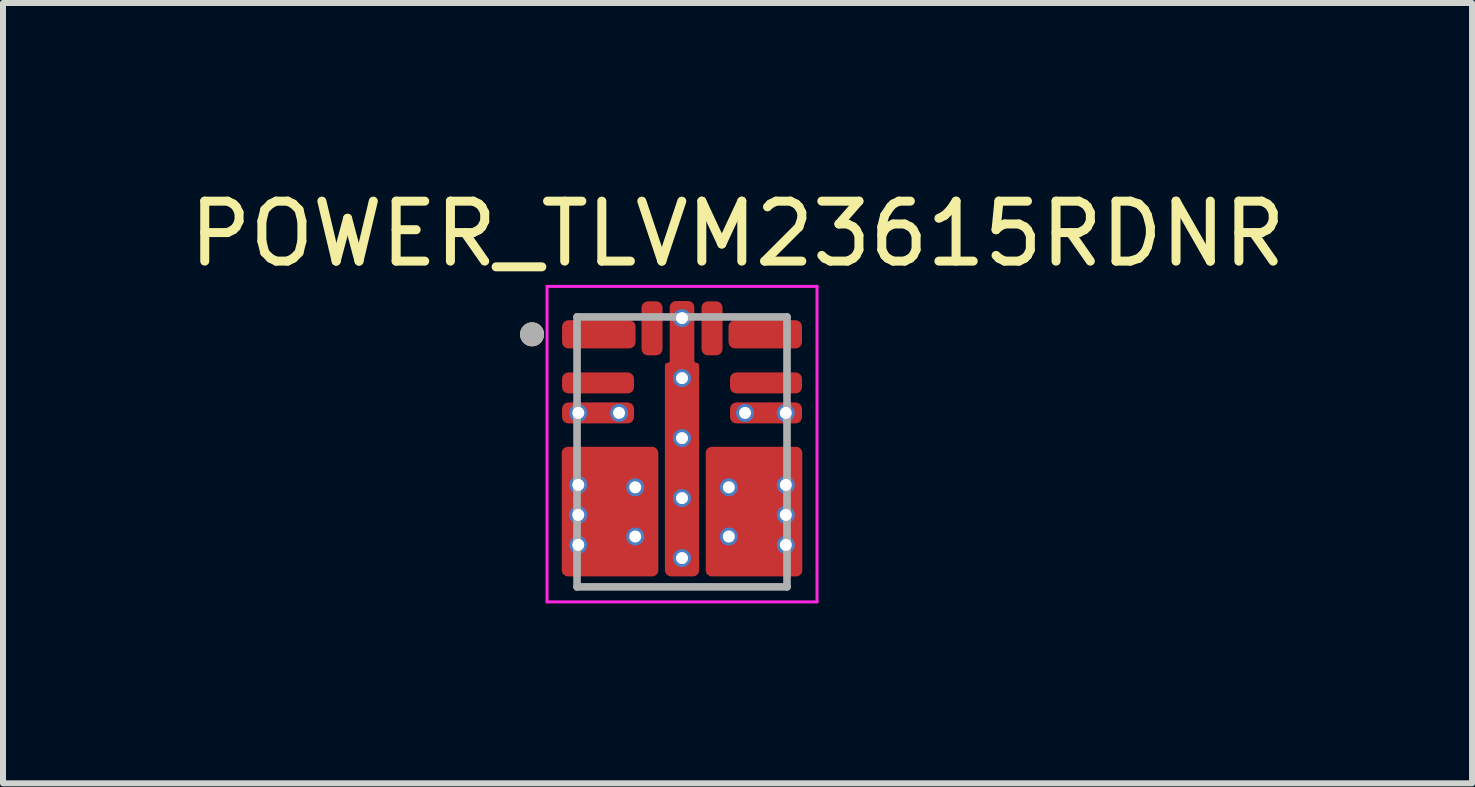
<source format=kicad_pcb>
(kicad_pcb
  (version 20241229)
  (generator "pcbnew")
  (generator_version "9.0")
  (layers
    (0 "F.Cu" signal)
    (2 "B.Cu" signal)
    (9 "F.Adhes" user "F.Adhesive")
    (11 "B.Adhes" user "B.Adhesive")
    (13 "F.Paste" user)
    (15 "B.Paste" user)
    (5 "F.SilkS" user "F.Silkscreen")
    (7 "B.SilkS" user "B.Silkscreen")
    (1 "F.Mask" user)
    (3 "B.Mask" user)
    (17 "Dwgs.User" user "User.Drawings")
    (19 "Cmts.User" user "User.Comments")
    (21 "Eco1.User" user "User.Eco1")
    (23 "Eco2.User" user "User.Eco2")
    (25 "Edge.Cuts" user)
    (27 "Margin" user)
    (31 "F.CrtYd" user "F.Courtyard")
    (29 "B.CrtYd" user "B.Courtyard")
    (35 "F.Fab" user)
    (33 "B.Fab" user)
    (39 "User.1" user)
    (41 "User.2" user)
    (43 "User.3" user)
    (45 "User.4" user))
  (footprint "POWER_TLVM23615RDNR"
    (layer "F.Cu")
    (at 8.319 4.483)
    (property "Reference" "POWER_TLVM23615RDNR" (at 0.925 -3.635 0) (layer "F.SilkS") (effects (font (size 1 1) (thickness 0.15))))
    (attr through_hole)
    (fp_poly (pts (xy -1.95 -2.095) (xy -1.95 -1.825) (xy -1.95 -1.822) (xy -1.95 -1.82) (xy -1.949 -1.817) (xy -1.949 -1.815) (xy -1.948 -1.812) (xy -1.948 -1.81) (xy -1.947 -1.807) (xy -1.946 -1.805) (xy -1.945 -1.802) (xy -1.943 -1.8) (xy -1.942 -1.798) (xy -1.94 -1.796) (xy -1.939 -1.794) (xy -1.937 -1.792) (xy -1.935 -1.79) (xy -1.933 -1.788) (xy -1.931 -1.786) (xy -1.929 -1.785) (xy -1.927 -1.783) (xy -1.925 -1.782) (xy -1.923 -1.78) (xy -1.92 -1.779) (xy -1.918 -1.778) (xy -1.915 -1.777) (xy -1.913 -1.777) (xy -1.91 -1.776) (xy -1.908 -1.776) (xy -1.905 -1.775) (xy -1.903 -1.775) (xy -1.9 -1.775) (xy -0.875 -1.775) (xy -0.872 -1.775) (xy -0.87 -1.775) (xy -0.867 -1.776) (xy -0.865 -1.776) (xy -0.862 -1.777) (xy -0.86 -1.777) (xy -0.857 -1.778) (xy -0.855 -1.779) (xy -0.852 -1.78) (xy -0.85 -1.782) (xy -0.848 -1.783) (xy -0.846 -1.785) (xy -0.844 -1.786) (xy -0.842 -1.788) (xy -0.84 -1.79) (xy -0.838 -1.792) (xy -0.836 -1.794) (xy -0.835 -1.796) (xy -0.833 -1.798) (xy -0.832 -1.8) (xy -0.83 -1.802) (xy -0.829 -1.805) (xy -0.828 -1.807) (xy -0.827 -1.81) (xy -0.827 -1.812) (xy -0.826 -1.815) (xy -0.826 -1.817) (xy -0.825 -1.82) (xy -0.825 -1.822) (xy -0.825 -1.825) (xy -0.825 -2.095) (xy -0.825 -2.098) (xy -0.825 -2.1) (xy -0.826 -2.103) (xy -0.826 -2.105) (xy -0.827 -2.108) (xy -0.827 -2.11) (xy -0.828 -2.113) (xy -0.829 -2.115) (xy -0.83 -2.118) (xy -0.832 -2.12) (xy -0.833 -2.122) (xy -0.835 -2.124) (xy -0.836 -2.126) (xy -0.838 -2.128) (xy -0.84 -2.13) (xy -0.842 -2.132) (xy -0.844 -2.134) (xy -0.846 -2.135) (xy -0.848 -2.137) (xy -0.85 -2.138) (xy -0.852 -2.14) (xy -0.855 -2.141) (xy -0.857 -2.142) (xy -0.86 -2.143) (xy -0.862 -2.143) (xy -0.865 -2.144) (xy -0.867 -2.144) (xy -0.87 -2.145) (xy -0.872 -2.145) (xy -0.875 -2.145) (xy -1.9 -2.145) (xy -1.903 -2.145) (xy -1.905 -2.145) (xy -1.908 -2.144) (xy -1.91 -2.144) (xy -1.913 -2.143) (xy -1.915 -2.143) (xy -1.918 -2.142) (xy -1.92 -2.141) (xy -1.923 -2.14) (xy -1.925 -2.138) (xy -1.927 -2.137) (xy -1.929 -2.135) (xy -1.931 -2.134) (xy -1.933 -2.132) (xy -1.935 -2.13) (xy -1.937 -2.128) (xy -1.939 -2.126) (xy -1.94 -2.124) (xy -1.942 -2.122) (xy -1.943 -2.12) (xy -1.945 -2.118) (xy -1.946 -2.115) (xy -1.947 -2.113) (xy -1.948 -2.11) (xy -1.948 -2.108) (xy -1.949 -2.105) (xy -1.949 -2.103) (xy -1.95 -2.1) (xy -1.95 -2.098) (xy -1.95 -2.095)) (stroke (width 0.01) (type solid)) (fill yes) (layer "F.Mask"))
    (fp_poly (pts (xy -1.95 -0.725) (xy -1.95 -0.575) (xy -1.95 -0.572) (xy -1.95 -0.57) (xy -1.949 -0.567) (xy -1.949 -0.565) (xy -1.948 -0.562) (xy -1.948 -0.56) (xy -1.947 -0.557) (xy -1.946 -0.555) (xy -1.945 -0.552) (xy -1.943 -0.55) (xy -1.942 -0.548) (xy -1.94 -0.546) (xy -1.939 -0.544) (xy -1.937 -0.542) (xy -1.935 -0.54) (xy -1.933 -0.538) (xy -1.931 -0.536) (xy -1.929 -0.535) (xy -1.927 -0.533) (xy -1.925 -0.532) (xy -1.923 -0.53) (xy -1.92 -0.529) (xy -1.918 -0.528) (xy -1.915 -0.527) (xy -1.913 -0.527) (xy -1.91 -0.526) (xy -1.908 -0.526) (xy -1.905 -0.525) (xy -1.903 -0.525) (xy -1.9 -0.525) (xy -0.9 -0.525) (xy -0.897 -0.525) (xy -0.895 -0.525) (xy -0.892 -0.526) (xy -0.89 -0.526) (xy -0.887 -0.527) (xy -0.885 -0.527) (xy -0.882 -0.528) (xy -0.88 -0.529) (xy -0.877 -0.53) (xy -0.875 -0.532) (xy -0.873 -0.533) (xy -0.871 -0.535) (xy -0.869 -0.536) (xy -0.867 -0.538) (xy -0.865 -0.54) (xy -0.863 -0.542) (xy -0.861 -0.544) (xy -0.86 -0.546) (xy -0.858 -0.548) (xy -0.857 -0.55) (xy -0.855 -0.552) (xy -0.854 -0.555) (xy -0.853 -0.557) (xy -0.852 -0.56) (xy -0.852 -0.562) (xy -0.851 -0.565) (xy -0.851 -0.567) (xy -0.85 -0.57) (xy -0.85 -0.572) (xy -0.85 -0.575) (xy -0.85 -0.725) (xy -0.85 -0.728) (xy -0.85 -0.73) (xy -0.851 -0.733) (xy -0.851 -0.735) (xy -0.852 -0.738) (xy -0.852 -0.74) (xy -0.853 -0.743) (xy -0.854 -0.745) (xy -0.855 -0.748) (xy -0.857 -0.75) (xy -0.858 -0.752) (xy -0.86 -0.754) (xy -0.861 -0.756) (xy -0.863 -0.758) (xy -0.865 -0.76) (xy -0.867 -0.762) (xy -0.869 -0.764) (xy -0.871 -0.765) (xy -0.873 -0.767) (xy -0.875 -0.768) (xy -0.877 -0.77) (xy -0.88 -0.771) (xy -0.882 -0.772) (xy -0.885 -0.773) (xy -0.887 -0.773) (xy -0.89 -0.774) (xy -0.892 -0.774) (xy -0.895 -0.775) (xy -0.897 -0.775) (xy -0.9 -0.775) (xy -1.9 -0.775) (xy -1.903 -0.775) (xy -1.905 -0.775) (xy -1.908 -0.774) (xy -1.91 -0.774) (xy -1.913 -0.773) (xy -1.915 -0.773) (xy -1.918 -0.772) (xy -1.92 -0.771) (xy -1.923 -0.77) (xy -1.925 -0.768) (xy -1.927 -0.767) (xy -1.929 -0.765) (xy -1.931 -0.764) (xy -1.933 -0.762) (xy -1.935 -0.76) (xy -1.937 -0.758) (xy -1.939 -0.756) (xy -1.94 -0.754) (xy -1.942 -0.752) (xy -1.943 -0.75) (xy -1.945 -0.748) (xy -1.946 -0.745) (xy -1.947 -0.743) (xy -1.948 -0.74) (xy -1.948 -0.738) (xy -1.949 -0.735) (xy -1.949 -0.733) (xy -1.95 -0.73) (xy -1.95 -0.728) (xy -1.95 -0.725)) (stroke (width 0.01) (type solid)) (fill yes) (layer "F.Mask"))
    (fp_poly (pts (xy -1.9 -1.025) (xy -1.903 -1.025) (xy -1.905 -1.025) (xy -1.908 -1.026) (xy -1.91 -1.026) (xy -1.913 -1.027) (xy -1.915 -1.027) (xy -1.918 -1.028) (xy -1.92 -1.029) (xy -1.923 -1.03) (xy -1.925 -1.032) (xy -1.927 -1.033) (xy -1.929 -1.035) (xy -1.931 -1.036) (xy -1.933 -1.038) (xy -1.935 -1.04) (xy -1.937 -1.042) (xy -1.939 -1.044) (xy -1.94 -1.046) (xy -1.942 -1.048) (xy -1.943 -1.05) (xy -1.945 -1.052) (xy -1.946 -1.055) (xy -1.947 -1.057) (xy -1.948 -1.06) (xy -1.948 -1.062) (xy -1.949 -1.065) (xy -1.949 -1.067) (xy -1.95 -1.07) (xy -1.95 -1.072) (xy -1.95 -1.075) (xy -1.95 -1.225) (xy -1.95 -1.228) (xy -1.95 -1.23) (xy -1.949 -1.233) (xy -1.949 -1.235) (xy -1.948 -1.238) (xy -1.948 -1.24) (xy -1.947 -1.243) (xy -1.946 -1.245) (xy -1.945 -1.248) (xy -1.943 -1.25) (xy -1.942 -1.252) (xy -1.94 -1.254) (xy -1.939 -1.256) (xy -1.937 -1.258) (xy -1.935 -1.26) (xy -1.933 -1.262) (xy -1.931 -1.264) (xy -1.929 -1.265) (xy -1.927 -1.267) (xy -1.925 -1.268) (xy -1.923 -1.27) (xy -1.92 -1.271) (xy -1.918 -1.272) (xy -1.915 -1.273) (xy -1.913 -1.273) (xy -1.91 -1.274) (xy -1.908 -1.274) (xy -1.905 -1.275) (xy -1.903 -1.275) (xy -1.9 -1.275) (xy -0.9 -1.275) (xy -0.897 -1.275) (xy -0.895 -1.275) (xy -0.892 -1.274) (xy -0.89 -1.274) (xy -0.887 -1.273) (xy -0.885 -1.273) (xy -0.882 -1.272) (xy -0.88 -1.271) (xy -0.877 -1.27) (xy -0.875 -1.268) (xy -0.873 -1.267) (xy -0.871 -1.265) (xy -0.869 -1.264) (xy -0.867 -1.262) (xy -0.865 -1.26) (xy -0.863 -1.258) (xy -0.861 -1.256) (xy -0.86 -1.254) (xy -0.858 -1.252) (xy -0.857 -1.25) (xy -0.855 -1.248) (xy -0.854 -1.245) (xy -0.853 -1.243) (xy -0.852 -1.24) (xy -0.852 -1.238) (xy -0.851 -1.235) (xy -0.851 -1.233) (xy -0.85 -1.23) (xy -0.85 -1.228) (xy -0.85 -1.225) (xy -0.85 -1.075) (xy -0.85 -1.072) (xy -0.85 -1.07) (xy -0.851 -1.067) (xy -0.851 -1.065) (xy -0.852 -1.062) (xy -0.852 -1.06) (xy -0.853 -1.057) (xy -0.854 -1.055) (xy -0.855 -1.052) (xy -0.857 -1.05) (xy -0.858 -1.048) (xy -0.86 -1.046) (xy -0.861 -1.044) (xy -0.863 -1.042) (xy -0.865 -1.04) (xy -0.867 -1.038) (xy -0.869 -1.036) (xy -0.871 -1.035) (xy -0.873 -1.033) (xy -0.875 -1.032) (xy -0.877 -1.03) (xy -0.88 -1.029) (xy -0.882 -1.028) (xy -0.885 -1.027) (xy -0.887 -1.027) (xy -0.89 -1.026) (xy -0.892 -1.026) (xy -0.895 -1.025) (xy -0.897 -1.025) (xy -0.9 -1.025) (xy -1.9 -1.025)) (stroke (width 0.01) (type solid)) (fill yes) (layer "F.Mask"))
    (fp_poly (pts (xy -0.575 -1.66) (xy -0.578 -1.66) (xy -0.58 -1.66) (xy -0.583 -1.661) (xy -0.585 -1.661) (xy -0.588 -1.662) (xy -0.59 -1.662) (xy -0.593 -1.663) (xy -0.595 -1.664) (xy -0.598 -1.665) (xy -0.6 -1.667) (xy -0.602 -1.668) (xy -0.604 -1.67) (xy -0.606 -1.671) (xy -0.608 -1.673) (xy -0.61 -1.675) (xy -0.612 -1.677) (xy -0.614 -1.679) (xy -0.615 -1.681) (xy -0.617 -1.683) (xy -0.618 -1.685) (xy -0.62 -1.687) (xy -0.621 -1.69) (xy -0.622 -1.692) (xy -0.623 -1.695) (xy -0.623 -1.697) (xy -0.624 -1.7) (xy -0.624 -1.702) (xy -0.625 -1.705) (xy -0.625 -1.707) (xy -0.625 -1.71) (xy -0.625 -2.41) (xy -0.625 -2.413) (xy -0.625 -2.415) (xy -0.624 -2.418) (xy -0.624 -2.42) (xy -0.623 -2.423) (xy -0.623 -2.425) (xy -0.622 -2.428) (xy -0.621 -2.43) (xy -0.62 -2.433) (xy -0.618 -2.435) (xy -0.617 -2.437) (xy -0.615 -2.439) (xy -0.614 -2.441) (xy -0.612 -2.443) (xy -0.61 -2.445) (xy -0.608 -2.447) (xy -0.606 -2.449) (xy -0.604 -2.45) (xy -0.602 -2.452) (xy -0.6 -2.453) (xy -0.598 -2.455) (xy -0.595 -2.456) (xy -0.593 -2.457) (xy -0.59 -2.458) (xy -0.588 -2.458) (xy -0.585 -2.459) (xy -0.583 -2.459) (xy -0.58 -2.46) (xy -0.578 -2.46) (xy -0.575 -2.46) (xy -0.425 -2.46) (xy -0.422 -2.46) (xy -0.42 -2.46) (xy -0.417 -2.459) (xy -0.415 -2.459) (xy -0.412 -2.458) (xy -0.41 -2.458) (xy -0.407 -2.457) (xy -0.405 -2.456) (xy -0.402 -2.455) (xy -0.4 -2.453) (xy -0.398 -2.452) (xy -0.396 -2.45) (xy -0.394 -2.449) (xy -0.392 -2.447) (xy -0.39 -2.445) (xy -0.388 -2.443) (xy -0.386 -2.441) (xy -0.385 -2.439) (xy -0.383 -2.437) (xy -0.382 -2.435) (xy -0.38 -2.433) (xy -0.379 -2.43) (xy -0.378 -2.428) (xy -0.377 -2.425) (xy -0.377 -2.423) (xy -0.376 -2.42) (xy -0.376 -2.418) (xy -0.375 -2.415) (xy -0.375 -2.413) (xy -0.375 -2.41) (xy -0.375 -1.71) (xy -0.375 -1.707) (xy -0.375 -1.705) (xy -0.376 -1.702) (xy -0.376 -1.7) (xy -0.377 -1.697) (xy -0.377 -1.695) (xy -0.378 -1.692) (xy -0.379 -1.69) (xy -0.38 -1.687) (xy -0.382 -1.685) (xy -0.383 -1.683) (xy -0.385 -1.681) (xy -0.386 -1.679) (xy -0.388 -1.677) (xy -0.39 -1.675) (xy -0.392 -1.673) (xy -0.394 -1.671) (xy -0.396 -1.67) (xy -0.398 -1.668) (xy -0.4 -1.667) (xy -0.402 -1.665) (xy -0.405 -1.664) (xy -0.407 -1.663) (xy -0.41 -1.662) (xy -0.412 -1.662) (xy -0.415 -1.661) (xy -0.417 -1.661) (xy -0.42 -1.66) (xy -0.422 -1.66) (xy -0.425 -1.66) (xy -0.575 -1.66)) (stroke (width 0.01) (type solid)) (fill yes) (layer "F.Mask"))
    (fp_poly (pts (xy -0.1 -0.94) (xy -0.103 -0.94) (xy -0.105 -0.94) (xy -0.108 -0.941) (xy -0.11 -0.941) (xy -0.113 -0.942) (xy -0.115 -0.942) (xy -0.118 -0.943) (xy -0.12 -0.944) (xy -0.123 -0.945) (xy -0.125 -0.947) (xy -0.127 -0.948) (xy -0.129 -0.95) (xy -0.131 -0.951) (xy -0.133 -0.953) (xy -0.135 -0.955) (xy -0.137 -0.957) (xy -0.139 -0.959) (xy -0.14 -0.961) (xy -0.142 -0.963) (xy -0.143 -0.965) (xy -0.145 -0.967) (xy -0.146 -0.97) (xy -0.147 -0.972) (xy -0.148 -0.975) (xy -0.148 -0.977) (xy -0.149 -0.98) (xy -0.149 -0.982) (xy -0.15 -0.985) (xy -0.15 -0.987) (xy -0.15 -0.99) (xy -0.15 -2.41) (xy -0.15 -2.413) (xy -0.15 -2.415) (xy -0.149 -2.418) (xy -0.149 -2.42) (xy -0.148 -2.423) (xy -0.148 -2.425) (xy -0.147 -2.428) (xy -0.146 -2.43) (xy -0.145 -2.433) (xy -0.143 -2.435) (xy -0.142 -2.437) (xy -0.14 -2.439) (xy -0.139 -2.441) (xy -0.137 -2.443) (xy -0.135 -2.445) (xy -0.133 -2.447) (xy -0.131 -2.449) (xy -0.129 -2.45) (xy -0.127 -2.452) (xy -0.125 -2.453) (xy -0.123 -2.455) (xy -0.12 -2.456) (xy -0.118 -2.457) (xy -0.115 -2.458) (xy -0.113 -2.458) (xy -0.11 -2.459) (xy -0.108 -2.459) (xy -0.105 -2.46) (xy -0.103 -2.46) (xy -0.1 -2.46) (xy 0.1 -2.46) (xy 0.103 -2.46) (xy 0.105 -2.46) (xy 0.108 -2.459) (xy 0.11 -2.459) (xy 0.113 -2.458) (xy 0.115 -2.458) (xy 0.118 -2.457) (xy 0.12 -2.456) (xy 0.123 -2.455) (xy 0.125 -2.453) (xy 0.127 -2.452) (xy 0.129 -2.45) (xy 0.131 -2.449) (xy 0.133 -2.447) (xy 0.135 -2.445) (xy 0.137 -2.443) (xy 0.139 -2.441) (xy 0.14 -2.439) (xy 0.142 -2.437) (xy 0.143 -2.435) (xy 0.145 -2.433) (xy 0.146 -2.43) (xy 0.147 -2.428) (xy 0.148 -2.425) (xy 0.148 -2.423) (xy 0.149 -2.42) (xy 0.149 -2.418) (xy 0.15 -2.415) (xy 0.15 -2.413) (xy 0.15 -2.41) (xy 0.15 -0.99) (xy 0.15 -0.987) (xy 0.15 -0.985) (xy 0.149 -0.982) (xy 0.149 -0.98) (xy 0.148 -0.977) (xy 0.148 -0.975) (xy 0.147 -0.972) (xy 0.146 -0.97) (xy 0.145 -0.967) (xy 0.143 -0.965) (xy 0.142 -0.963) (xy 0.14 -0.961) (xy 0.139 -0.959) (xy 0.137 -0.957) (xy 0.135 -0.955) (xy 0.133 -0.953) (xy 0.131 -0.951) (xy 0.129 -0.95) (xy 0.127 -0.948) (xy 0.125 -0.947) (xy 0.123 -0.945) (xy 0.12 -0.944) (xy 0.118 -0.943) (xy 0.115 -0.942) (xy 0.113 -0.942) (xy 0.11 -0.941) (xy 0.108 -0.941) (xy 0.105 -0.94) (xy 0.103 -0.94) (xy 0.1 -0.94) (xy -0.1 -0.94)) (stroke (width 0.01) (type solid)) (fill yes) (layer "F.Mask"))
    (fp_poly (pts (xy 0.575 -1.66) (xy 0.578 -1.66) (xy 0.58 -1.66) (xy 0.583 -1.661) (xy 0.585 -1.661) (xy 0.588 -1.662) (xy 0.59 -1.662) (xy 0.593 -1.663) (xy 0.595 -1.664) (xy 0.598 -1.665) (xy 0.6 -1.667) (xy 0.602 -1.668) (xy 0.604 -1.67) (xy 0.606 -1.671) (xy 0.608 -1.673) (xy 0.61 -1.675) (xy 0.612 -1.677) (xy 0.614 -1.679) (xy 0.615 -1.681) (xy 0.617 -1.683) (xy 0.618 -1.685) (xy 0.62 -1.687) (xy 0.621 -1.69) (xy 0.622 -1.692) (xy 0.623 -1.695) (xy 0.623 -1.697) (xy 0.624 -1.7) (xy 0.624 -1.702) (xy 0.625 -1.705) (xy 0.625 -1.707) (xy 0.625 -1.71) (xy 0.625 -2.41) (xy 0.625 -2.413) (xy 0.625 -2.415) (xy 0.624 -2.418) (xy 0.624 -2.42) (xy 0.623 -2.423) (xy 0.623 -2.425) (xy 0.622 -2.428) (xy 0.621 -2.43) (xy 0.62 -2.433) (xy 0.618 -2.435) (xy 0.617 -2.437) (xy 0.615 -2.439) (xy 0.614 -2.441) (xy 0.612 -2.443) (xy 0.61 -2.445) (xy 0.608 -2.447) (xy 0.606 -2.449) (xy 0.604 -2.45) (xy 0.602 -2.452) (xy 0.6 -2.453) (xy 0.598 -2.455) (xy 0.595 -2.456) (xy 0.593 -2.457) (xy 0.59 -2.458) (xy 0.588 -2.458) (xy 0.585 -2.459) (xy 0.583 -2.459) (xy 0.58 -2.46) (xy 0.578 -2.46) (xy 0.575 -2.46) (xy 0.425 -2.46) (xy 0.422 -2.46) (xy 0.42 -2.46) (xy 0.417 -2.459) (xy 0.415 -2.459) (xy 0.412 -2.458) (xy 0.41 -2.458) (xy 0.407 -2.457) (xy 0.405 -2.456) (xy 0.402 -2.455) (xy 0.4 -2.453) (xy 0.398 -2.452) (xy 0.396 -2.45) (xy 0.394 -2.449) (xy 0.392 -2.447) (xy 0.39 -2.445) (xy 0.388 -2.443) (xy 0.386 -2.441) (xy 0.385 -2.439) (xy 0.383 -2.437) (xy 0.382 -2.435) (xy 0.38 -2.433) (xy 0.379 -2.43) (xy 0.378 -2.428) (xy 0.377 -2.425) (xy 0.377 -2.423) (xy 0.376 -2.42) (xy 0.376 -2.418) (xy 0.375 -2.415) (xy 0.375 -2.413) (xy 0.375 -2.41) (xy 0.375 -1.71) (xy 0.375 -1.707) (xy 0.375 -1.705) (xy 0.376 -1.702) (xy 0.376 -1.7) (xy 0.377 -1.697) (xy 0.377 -1.695) (xy 0.378 -1.692) (xy 0.379 -1.69) (xy 0.38 -1.687) (xy 0.382 -1.685) (xy 0.383 -1.683) (xy 0.385 -1.681) (xy 0.386 -1.679) (xy 0.388 -1.677) (xy 0.39 -1.675) (xy 0.392 -1.673) (xy 0.394 -1.671) (xy 0.396 -1.67) (xy 0.398 -1.668) (xy 0.4 -1.667) (xy 0.402 -1.665) (xy 0.405 -1.664) (xy 0.407 -1.663) (xy 0.41 -1.662) (xy 0.412 -1.662) (xy 0.415 -1.661) (xy 0.417 -1.661) (xy 0.42 -1.66) (xy 0.422 -1.66) (xy 0.425 -1.66) (xy 0.575 -1.66)) (stroke (width 0.01) (type solid)) (fill yes) (layer "F.Mask"))
    (fp_poly (pts (xy 1.9 -1.025) (xy 1.903 -1.025) (xy 1.905 -1.025) (xy 1.908 -1.026) (xy 1.91 -1.026) (xy 1.913 -1.027) (xy 1.915 -1.027) (xy 1.918 -1.028) (xy 1.92 -1.029) (xy 1.923 -1.03) (xy 1.925 -1.032) (xy 1.927 -1.033) (xy 1.929 -1.035) (xy 1.931 -1.036) (xy 1.933 -1.038) (xy 1.935 -1.04) (xy 1.937 -1.042) (xy 1.939 -1.044) (xy 1.94 -1.046) (xy 1.942 -1.048) (xy 1.943 -1.05) (xy 1.945 -1.052) (xy 1.946 -1.055) (xy 1.947 -1.057) (xy 1.948 -1.06) (xy 1.948 -1.062) (xy 1.949 -1.065) (xy 1.949 -1.067) (xy 1.95 -1.07) (xy 1.95 -1.072) (xy 1.95 -1.075) (xy 1.95 -1.225) (xy 1.95 -1.228) (xy 1.95 -1.23) (xy 1.949 -1.233) (xy 1.949 -1.235) (xy 1.948 -1.238) (xy 1.948 -1.24) (xy 1.947 -1.243) (xy 1.946 -1.245) (xy 1.945 -1.248) (xy 1.943 -1.25) (xy 1.942 -1.252) (xy 1.94 -1.254) (xy 1.939 -1.256) (xy 1.937 -1.258) (xy 1.935 -1.26) (xy 1.933 -1.262) (xy 1.931 -1.264) (xy 1.929 -1.265) (xy 1.927 -1.267) (xy 1.925 -1.268) (xy 1.923 -1.27) (xy 1.92 -1.271) (xy 1.918 -1.272) (xy 1.915 -1.273) (xy 1.913 -1.273) (xy 1.91 -1.274) (xy 1.908 -1.274) (xy 1.905 -1.275) (xy 1.903 -1.275) (xy 1.9 -1.275) (xy 0.9 -1.275) (xy 0.897 -1.275) (xy 0.895 -1.275) (xy 0.892 -1.274) (xy 0.89 -1.274) (xy 0.887 -1.273) (xy 0.885 -1.273) (xy 0.882 -1.272) (xy 0.88 -1.271) (xy 0.877 -1.27) (xy 0.875 -1.268) (xy 0.873 -1.267) (xy 0.871 -1.265) (xy 0.869 -1.264) (xy 0.867 -1.262) (xy 0.865 -1.26) (xy 0.863 -1.258) (xy 0.861 -1.256) (xy 0.86 -1.254) (xy 0.858 -1.252) (xy 0.857 -1.25) (xy 0.855 -1.248) (xy 0.854 -1.245) (xy 0.853 -1.243) (xy 0.852 -1.24) (xy 0.852 -1.238) (xy 0.851 -1.235) (xy 0.851 -1.233) (xy 0.85 -1.23) (xy 0.85 -1.228) (xy 0.85 -1.225) (xy 0.85 -1.075) (xy 0.85 -1.072) (xy 0.85 -1.07) (xy 0.851 -1.067) (xy 0.851 -1.065) (xy 0.852 -1.062) (xy 0.852 -1.06) (xy 0.853 -1.057) (xy 0.854 -1.055) (xy 0.855 -1.052) (xy 0.857 -1.05) (xy 0.858 -1.048) (xy 0.86 -1.046) (xy 0.861 -1.044) (xy 0.863 -1.042) (xy 0.865 -1.04) (xy 0.867 -1.038) (xy 0.869 -1.036) (xy 0.871 -1.035) (xy 0.873 -1.033) (xy 0.875 -1.032) (xy 0.877 -1.03) (xy 0.88 -1.029) (xy 0.882 -1.028) (xy 0.885 -1.027) (xy 0.887 -1.027) (xy 0.89 -1.026) (xy 0.892 -1.026) (xy 0.895 -1.025) (xy 0.897 -1.025) (xy 0.9 -1.025) (xy 1.9 -1.025)) (stroke (width 0.01) (type solid)) (fill yes) (layer "F.Mask"))
    (fp_poly (pts (xy 1.95 -2.095) (xy 1.95 -1.825) (xy 1.95 -1.822) (xy 1.95 -1.82) (xy 1.949 -1.817) (xy 1.949 -1.815) (xy 1.948 -1.812) (xy 1.948 -1.81) (xy 1.947 -1.807) (xy 1.946 -1.805) (xy 1.945 -1.802) (xy 1.943 -1.8) (xy 1.942 -1.798) (xy 1.94 -1.796) (xy 1.939 -1.794) (xy 1.937 -1.792) (xy 1.935 -1.79) (xy 1.933 -1.788) (xy 1.931 -1.786) (xy 1.929 -1.785) (xy 1.927 -1.783) (xy 1.925 -1.782) (xy 1.923 -1.78) (xy 1.92 -1.779) (xy 1.918 -1.778) (xy 1.915 -1.777) (xy 1.913 -1.777) (xy 1.91 -1.776) (xy 1.908 -1.776) (xy 1.905 -1.775) (xy 1.903 -1.775) (xy 1.9 -1.775) (xy 0.875 -1.775) (xy 0.872 -1.775) (xy 0.87 -1.775) (xy 0.867 -1.776) (xy 0.865 -1.776) (xy 0.862 -1.777) (xy 0.86 -1.777) (xy 0.857 -1.778) (xy 0.855 -1.779) (xy 0.852 -1.78) (xy 0.85 -1.782) (xy 0.848 -1.783) (xy 0.846 -1.785) (xy 0.844 -1.786) (xy 0.842 -1.788) (xy 0.84 -1.79) (xy 0.838 -1.792) (xy 0.836 -1.794) (xy 0.835 -1.796) (xy 0.833 -1.798) (xy 0.832 -1.8) (xy 0.83 -1.802) (xy 0.829 -1.805) (xy 0.828 -1.807) (xy 0.827 -1.81) (xy 0.827 -1.812) (xy 0.826 -1.815) (xy 0.826 -1.817) (xy 0.825 -1.82) (xy 0.825 -1.822) (xy 0.825 -1.825) (xy 0.825 -2.095) (xy 0.825 -2.098) (xy 0.825 -2.1) (xy 0.826 -2.103) (xy 0.826 -2.105) (xy 0.827 -2.108) (xy 0.827 -2.11) (xy 0.828 -2.113) (xy 0.829 -2.115) (xy 0.83 -2.118) (xy 0.832 -2.12) (xy 0.833 -2.122) (xy 0.835 -2.124) (xy 0.836 -2.126) (xy 0.838 -2.128) (xy 0.84 -2.13) (xy 0.842 -2.132) (xy 0.844 -2.134) (xy 0.846 -2.135) (xy 0.848 -2.137) (xy 0.85 -2.138) (xy 0.852 -2.14) (xy 0.855 -2.141) (xy 0.857 -2.142) (xy 0.86 -2.143) (xy 0.862 -2.143) (xy 0.865 -2.144) (xy 0.867 -2.144) (xy 0.87 -2.145) (xy 0.872 -2.145) (xy 0.875 -2.145) (xy 1.9 -2.145) (xy 1.903 -2.145) (xy 1.905 -2.145) (xy 1.908 -2.144) (xy 1.91 -2.144) (xy 1.913 -2.143) (xy 1.915 -2.143) (xy 1.918 -2.142) (xy 1.92 -2.141) (xy 1.923 -2.14) (xy 1.925 -2.138) (xy 1.927 -2.137) (xy 1.929 -2.135) (xy 1.931 -2.134) (xy 1.933 -2.132) (xy 1.935 -2.13) (xy 1.937 -2.128) (xy 1.939 -2.126) (xy 1.94 -2.124) (xy 1.942 -2.122) (xy 1.943 -2.12) (xy 1.945 -2.118) (xy 1.946 -2.115) (xy 1.947 -2.113) (xy 1.948 -2.11) (xy 1.948 -2.108) (xy 1.949 -2.105) (xy 1.949 -2.103) (xy 1.95 -2.1) (xy 1.95 -2.098) (xy 1.95 -2.095)) (stroke (width 0.01) (type solid)) (fill yes) (layer "F.Mask"))
    (fp_poly (pts (xy 1.95 -0.725) (xy 1.95 -0.575) (xy 1.95 -0.572) (xy 1.95 -0.57) (xy 1.949 -0.567) (xy 1.949 -0.565) (xy 1.948 -0.562) (xy 1.948 -0.56) (xy 1.947 -0.557) (xy 1.946 -0.555) (xy 1.945 -0.552) (xy 1.943 -0.55) (xy 1.942 -0.548) (xy 1.94 -0.546) (xy 1.939 -0.544) (xy 1.937 -0.542) (xy 1.935 -0.54) (xy 1.933 -0.538) (xy 1.931 -0.536) (xy 1.929 -0.535) (xy 1.927 -0.533) (xy 1.925 -0.532) (xy 1.923 -0.53) (xy 1.92 -0.529) (xy 1.918 -0.528) (xy 1.915 -0.527) (xy 1.913 -0.527) (xy 1.91 -0.526) (xy 1.908 -0.526) (xy 1.905 -0.525) (xy 1.903 -0.525) (xy 1.9 -0.525) (xy 0.9 -0.525) (xy 0.897 -0.525) (xy 0.895 -0.525) (xy 0.892 -0.526) (xy 0.89 -0.526) (xy 0.887 -0.527) (xy 0.885 -0.527) (xy 0.882 -0.528) (xy 0.88 -0.529) (xy 0.877 -0.53) (xy 0.875 -0.532) (xy 0.873 -0.533) (xy 0.871 -0.535) (xy 0.869 -0.536) (xy 0.867 -0.538) (xy 0.865 -0.54) (xy 0.863 -0.542) (xy 0.861 -0.544) (xy 0.86 -0.546) (xy 0.858 -0.548) (xy 0.857 -0.55) (xy 0.855 -0.552) (xy 0.854 -0.555) (xy 0.853 -0.557) (xy 0.852 -0.56) (xy 0.852 -0.562) (xy 0.851 -0.565) (xy 0.851 -0.567) (xy 0.85 -0.57) (xy 0.85 -0.572) (xy 0.85 -0.575) (xy 0.85 -0.725) (xy 0.85 -0.728) (xy 0.85 -0.73) (xy 0.851 -0.733) (xy 0.851 -0.735) (xy 0.852 -0.738) (xy 0.852 -0.74) (xy 0.853 -0.743) (xy 0.854 -0.745) (xy 0.855 -0.748) (xy 0.857 -0.75) (xy 0.858 -0.752) (xy 0.86 -0.754) (xy 0.861 -0.756) (xy 0.863 -0.758) (xy 0.865 -0.76) (xy 0.867 -0.762) (xy 0.869 -0.764) (xy 0.871 -0.765) (xy 0.873 -0.767) (xy 0.875 -0.768) (xy 0.877 -0.77) (xy 0.88 -0.771) (xy 0.882 -0.772) (xy 0.885 -0.773) (xy 0.887 -0.773) (xy 0.89 -0.774) (xy 0.892 -0.774) (xy 0.895 -0.775) (xy 0.897 -0.775) (xy 0.9 -0.775) (xy 1.9 -0.775) (xy 1.903 -0.775) (xy 1.905 -0.775) (xy 1.908 -0.774) (xy 1.91 -0.774) (xy 1.913 -0.773) (xy 1.915 -0.773) (xy 1.918 -0.772) (xy 1.92 -0.771) (xy 1.923 -0.77) (xy 1.925 -0.768) (xy 1.927 -0.767) (xy 1.929 -0.765) (xy 1.931 -0.764) (xy 1.933 -0.762) (xy 1.935 -0.76) (xy 1.937 -0.758) (xy 1.939 -0.756) (xy 1.94 -0.754) (xy 1.942 -0.752) (xy 1.943 -0.75) (xy 1.945 -0.748) (xy 1.946 -0.745) (xy 1.947 -0.743) (xy 1.948 -0.74) (xy 1.948 -0.738) (xy 1.949 -0.735) (xy 1.949 -0.733) (xy 1.95 -0.73) (xy 1.95 -0.728) (xy 1.95 -0.725)) (stroke (width 0.01) (type solid)) (fill yes) (layer "F.Mask"))
    (fp_poly (pts (xy -1.95 1.72) (xy -1.95 1.87) (xy -1.95 1.873) (xy -1.95 1.875) (xy -1.949 1.878) (xy -1.949 1.88) (xy -1.948 1.883) (xy -1.948 1.885) (xy -1.947 1.888) (xy -1.946 1.89) (xy -1.945 1.893) (xy -1.943 1.895) (xy -1.942 1.897) (xy -1.94 1.899) (xy -1.939 1.901) (xy -1.937 1.903) (xy -1.935 1.905) (xy -1.933 1.907) (xy -1.931 1.909) (xy -1.929 1.91) (xy -1.927 1.912) (xy -1.925 1.913) (xy -1.923 1.915) (xy -1.92 1.916) (xy -1.918 1.917) (xy -1.915 1.918) (xy -1.913 1.918) (xy -1.91 1.919) (xy -1.908 1.919) (xy -1.905 1.92) (xy -1.903 1.92) (xy -1.9 1.92) (xy -1.625 1.92) (xy -1.622 1.92) (xy -1.62 1.92) (xy -1.617 1.921) (xy -1.615 1.921) (xy -1.612 1.922) (xy -1.61 1.922) (xy -1.607 1.923) (xy -1.605 1.924) (xy -1.602 1.925) (xy -1.6 1.927) (xy -1.598 1.928) (xy -1.596 1.93) (xy -1.594 1.931) (xy -1.592 1.933) (xy -1.59 1.935) (xy -1.588 1.937) (xy -1.586 1.939) (xy -1.585 1.941) (xy -1.583 1.943) (xy -1.582 1.945) (xy -1.58 1.947) (xy -1.579 1.95) (xy -1.578 1.952) (xy -1.577 1.955) (xy -1.577 1.957) (xy -1.576 1.96) (xy -1.576 1.962) (xy -1.575 1.965) (xy -1.575 1.967) (xy -1.575 1.97) (xy -1.575 1.973) (xy -1.575 1.975) (xy -1.574 1.978) (xy -1.574 1.98) (xy -1.573 1.983) (xy -1.573 1.985) (xy -1.572 1.988) (xy -1.571 1.99) (xy -1.57 1.993) (xy -1.568 1.995) (xy -1.567 1.997) (xy -1.565 1.999) (xy -1.564 2.001) (xy -1.562 2.003) (xy -1.56 2.005) (xy -1.558 2.007) (xy -1.556 2.009) (xy -1.554 2.01) (xy -1.552 2.012) (xy -1.55 2.013) (xy -1.548 2.015) (xy -1.545 2.016) (xy -1.543 2.017) (xy -1.54 2.018) (xy -1.538 2.018) (xy -1.535 2.019) (xy -1.533 2.019) (xy -1.53 2.02) (xy -1.528 2.02) (xy -1.525 2.02) (xy -0.5 2.02) (xy -0.497 2.02) (xy -0.495 2.02) (xy -0.492 2.019) (xy -0.49 2.019) (xy -0.487 2.018) (xy -0.485 2.018) (xy -0.482 2.017) (xy -0.48 2.016) (xy -0.477 2.015) (xy -0.475 2.013) (xy -0.473 2.012) (xy -0.471 2.01) (xy -0.469 2.009) (xy -0.467 2.007) (xy -0.465 2.005) (xy -0.463 2.003) (xy -0.461 2.001) (xy -0.46 1.999) (xy -0.458 1.997) (xy -0.457 1.995) (xy -0.455 1.993) (xy -0.454 1.99) (xy -0.453 1.988) (xy -0.452 1.985) (xy -0.452 1.983) (xy -0.451 1.98) (xy -0.451 1.978) (xy -0.45 1.975) (xy -0.45 1.973) (xy -0.45 1.97) (xy -0.45 0.02) (xy -0.45 0.017) (xy -0.45 0.015) (xy -0.451 0.012) (xy -0.451 0.01) (xy -0.452 0.007) (xy -0.452 0.005) (xy -0.453 0.002) (xy -0.454 0) (xy -0.455 -0.003) (xy -0.457 -0.005) (xy -0.458 -0.007) (xy -0.46 -0.009) (xy -0.461 -0.011) (xy -0.463 -0.013) (xy -0.465 -0.015) (xy -0.467 -0.017) (xy -0.469 -0.019) (xy -0.471 -0.02) (xy -0.473 -0.022) (xy -0.475 -0.023) (xy -0.477 -0.025) (xy -0.48 -0.026) (xy -0.482 -0.027) (xy -0.485 -0.028) (xy -0.487 -0.028) (xy -0.49 -0.029) (xy -0.492 -0.029) (xy -0.495 -0.03) (xy -0.497 -0.03) (xy -0.5 -0.03) (xy -1.525 -0.03) (xy -1.528 -0.03) (xy -1.53 -0.03) (xy -1.533 -0.029) (xy -1.535 -0.029) (xy -1.538 -0.028) (xy -1.54 -0.028) (xy -1.543 -0.027) (xy -1.545 -0.026) (xy -1.548 -0.025) (xy -1.55 -0.023) (xy -1.552 -0.022) (xy -1.554 -0.02) (xy -1.556 -0.019) (xy -1.558 -0.017) (xy -1.56 -0.015) (xy -1.562 -0.013) (xy -1.564 -0.011) (xy -1.565 -0.009) (xy -1.567 -0.007) (xy -1.568 -0.005) (xy -1.57 -0.003) (xy -1.571 0) (xy -1.572 0.002) (xy -1.573 0.005) (xy -1.573 0.007) (xy -1.574 0.01) (xy -1.574 0.012) (xy -1.575 0.015) (xy -1.575 0.017) (xy -1.575 0.02) (xy -1.575 0.12) (xy -1.575 0.123) (xy -1.575 0.125) (xy -1.576 0.128) (xy -1.576 0.13) (xy -1.577 0.133) (xy -1.577 0.135) (xy -1.578 0.138) (xy -1.579 0.14) (xy -1.58 0.143) (xy -1.582 0.145) (xy -1.583 0.147) (xy -1.585 0.149) (xy -1.586 0.151) (xy -1.588 0.153) (xy -1.59 0.155) (xy -1.592 0.157) (xy -1.594 0.159) (xy -1.596 0.16) (xy -1.598 0.162) (xy -1.6 0.163) (xy -1.602 0.165) (xy -1.605 0.166) (xy -1.607 0.167) (xy -1.61 0.168) (xy -1.612 0.168) (xy -1.615 0.169) (xy -1.617 0.169) (xy -1.62 0.17) (xy -1.622 0.17) (xy -1.625 0.17) (xy -1.9 0.17) (xy -1.903 0.17) (xy -1.905 0.17) (xy -1.908 0.171) (xy -1.91 0.171) (xy -1.913 0.172) (xy -1.915 0.172) (xy -1.918 0.173) (xy -1.92 0.174) (xy -1.923 0.175) (xy -1.925 0.177) (xy -1.927 0.178) (xy -1.929 0.18) (xy -1.931 0.181) (xy -1.933 0.183) (xy -1.935 0.185) (xy -1.937 0.187) (xy -1.939 0.189) (xy -1.94 0.191) (xy -1.942 0.193) (xy -1.943 0.195) (xy -1.945 0.197) (xy -1.946 0.2) (xy -1.947 0.202) (xy -1.948 0.205) (xy -1.948 0.207) (xy -1.949 0.21) (xy -1.949 0.212) (xy -1.95 0.215) (xy -1.95 0.217) (xy -1.95 0.22) (xy -1.95 0.37) (xy -1.95 0.373) (xy -1.95 0.375) (xy -1.949 0.378) (xy -1.949 0.38) (xy -1.948 0.383) (xy -1.948 0.385) (xy -1.947 0.388) (xy -1.946 0.39) (xy -1.945 0.393) (xy -1.943 0.395) (xy -1.942 0.397) (xy -1.94 0.399) (xy -1.939 0.401) (xy -1.937 0.403) (xy -1.935 0.405) (xy -1.933 0.407) (xy -1.931 0.409) (xy -1.929 0.41) (xy -1.927 0.412) (xy -1.925 0.413) (xy -1.923 0.415) (xy -1.92 0.416) (xy -1.918 0.417) (xy -1.915 0.418) (xy -1.913 0.418) (xy -1.91 0.419) (xy -1.908 0.419) (xy -1.905 0.42) (xy -1.903 0.42) (xy -1.9 0.42) (xy -1.625 0.42) (xy -1.622 0.42) (xy -1.62 0.42) (xy -1.617 0.421) (xy -1.615 0.421) (xy -1.612 0.422) (xy -1.61 0.422) (xy -1.607 0.423) (xy -1.605 0.424) (xy -1.602 0.425) (xy -1.6 0.427) (xy -1.598 0.428) (xy -1.596 0.43) (xy -1.594 0.431) (xy -1.592 0.433) (xy -1.59 0.435) (xy -1.588 0.437) (xy -1.586 0.439) (xy -1.585 0.441) (xy -1.583 0.443) (xy -1.582 0.445) (xy -1.58 0.447) (xy -1.579 0.45) (xy -1.578 0.452) (xy -1.577 0.455) (xy -1.577 0.457) (xy -1.576 0.46) (xy -1.576 0.462) (xy -1.575 0.465) (xy -1.575 0.467) (xy -1.575 0.47) (xy -1.575 0.62) (xy -1.575 0.623) (xy -1.575 0.625) (xy -1.576 0.628) (xy -1.576 0.63) (xy -1.577 0.633) (xy -1.577 0.635) (xy -1.578 0.638) (xy -1.579 0.64) (xy -1.58 0.643) (xy -1.582 0.645) (xy -1.583 0.647) (xy -1.585 0.649) (xy -1.586 0.651) (xy -1.588 0.653) (xy -1.59 0.655) (xy -1.592 0.657) (xy -1.594 0.659) (xy -1.596 0.66) (xy -1.598 0.662) (xy -1.6 0.663) (xy -1.602 0.665) (xy -1.605 0.666) (xy -1.607 0.667) (xy -1.61 0.668) (xy -1.612 0.668) (xy -1.615 0.669) (xy -1.617 0.669) (xy -1.62 0.67) (xy -1.622 0.67) (xy -1.625 0.67) (xy -1.9 0.67) (xy -1.903 0.67) (xy -1.905 0.67) (xy -1.908 0.671) (xy -1.91 0.671) (xy -1.913 0.672) (xy -1.915 0.672) (xy -1.918 0.673) (xy -1.92 0.674) (xy -1.923 0.675) (xy -1.925 0.677) (xy -1.927 0.678) (xy -1.929 0.68) (xy -1.931 0.681) (xy -1.933 0.683) (xy -1.935 0.685) (xy -1.937 0.687) (xy -1.939 0.689) (xy -1.94 0.691) (xy -1.942 0.693) (xy -1.943 0.695) (xy -1.945 0.697) (xy -1.946 0.7) (xy -1.947 0.702) (xy -1.948 0.705) (xy -1.948 0.707) (xy -1.949 0.71) (xy -1.949 0.712) (xy -1.95 0.715) (xy -1.95 0.717) (xy -1.95 0.72) (xy -1.95 0.87) (xy -1.95 0.873) (xy -1.95 0.875) (xy -1.949 0.878) (xy -1.949 0.88) (xy -1.948 0.883) (xy -1.948 0.885) (xy -1.947 0.888) (xy -1.946 0.89) (xy -1.945 0.893) (xy -1.943 0.895) (xy -1.942 0.897) (xy -1.94 0.899) (xy -1.939 0.901) (xy -1.937 0.903) (xy -1.935 0.905) (xy -1.933 0.907) (xy -1.931 0.909) (xy -1.929 0.91) (xy -1.927 0.912) (xy -1.925 0.913) (xy -1.923 0.915) (xy -1.92 0.916) (xy -1.918 0.917) (xy -1.915 0.918) (xy -1.913 0.918) (xy -1.91 0.919) (xy -1.908 0.919) (xy -1.905 0.92) (xy -1.903 0.92) (xy -1.9 0.92) (xy -1.625 0.92) (xy -1.622 0.92) (xy -1.62 0.92) (xy -1.617 0.921) (xy -1.615 0.921) (xy -1.612 0.922) (xy -1.61 0.922) (xy -1.607 0.923) (xy -1.605 0.924) (xy -1.602 0.925) (xy -1.6 0.927) (xy -1.598 0.928) (xy -1.596 0.93) (xy -1.594 0.931) (xy -1.592 0.933) (xy -1.59 0.935) (xy -1.588 0.937) (xy -1.586 0.939) (xy -1.585 0.941) (xy -1.583 0.943) (xy -1.582 0.945) (xy -1.58 0.947) (xy -1.579 0.95) (xy -1.578 0.952) (xy -1.577 0.955) (xy -1.577 0.957) (xy -1.576 0.96) (xy -1.576 0.962) (xy -1.575 0.965) (xy -1.575 0.967) (xy -1.575 0.97) (xy -1.575 1.12) (xy -1.575 1.123) (xy -1.575 1.125) (xy -1.576 1.128) (xy -1.576 1.13) (xy -1.577 1.133) (xy -1.577 1.135) (xy -1.578 1.138) (xy -1.579 1.14) (xy -1.58 1.143) (xy -1.582 1.145) (xy -1.583 1.147) (xy -1.585 1.149) (xy -1.586 1.151) (xy -1.588 1.153) (xy -1.59 1.155) (xy -1.592 1.157) (xy -1.594 1.159) (xy -1.596 1.16) (xy -1.598 1.162) (xy -1.6 1.163) (xy -1.602 1.165) (xy -1.605 1.166) (xy -1.607 1.167) (xy -1.61 1.168) (xy -1.612 1.168) (xy -1.615 1.169) (xy -1.617 1.169) (xy -1.62 1.17) (xy -1.622 1.17) (xy -1.625 1.17) (xy -1.9 1.17) (xy -1.903 1.17) (xy -1.905 1.17) (xy -1.908 1.171) (xy -1.91 1.171) (xy -1.913 1.172) (xy -1.915 1.172) (xy -1.918 1.173) (xy -1.92 1.174) (xy -1.923 1.175) (xy -1.925 1.177) (xy -1.927 1.178) (xy -1.929 1.18) (xy -1.931 1.181) (xy -1.933 1.183) (xy -1.935 1.185) (xy -1.937 1.187) (xy -1.939 1.189) (xy -1.94 1.191) (xy -1.942 1.193) (xy -1.943 1.195) (xy -1.945 1.197) (xy -1.946 1.2) (xy -1.947 1.202) (xy -1.948 1.205) (xy -1.948 1.207) (xy -1.949 1.21) (xy -1.949 1.212) (xy -1.95 1.215) (xy -1.95 1.217) (xy -1.95 1.22) (xy -1.95 1.37) (xy -1.95 1.373) (xy -1.95 1.375) (xy -1.949 1.378) (xy -1.949 1.38) (xy -1.948 1.383) (xy -1.948 1.385) (xy -1.947 1.388) (xy -1.946 1.39) (xy -1.945 1.393) (xy -1.943 1.395) (xy -1.942 1.397) (xy -1.94 1.399) (xy -1.939 1.401) (xy -1.937 1.403) (xy -1.935 1.405) (xy -1.933 1.407) (xy -1.931 1.409) (xy -1.929 1.41) (xy -1.927 1.412) (xy -1.925 1.413) (xy -1.923 1.415) (xy -1.92 1.416) (xy -1.918 1.417) (xy -1.915 1.418) (xy -1.913 1.418) (xy -1.91 1.419) (xy -1.908 1.419) (xy -1.905 1.42) (xy -1.903 1.42) (xy -1.9 1.42) (xy -1.625 1.42) (xy -1.622 1.42) (xy -1.62 1.42) (xy -1.617 1.421) (xy -1.615 1.421) (xy -1.612 1.422) (xy -1.61 1.422) (xy -1.607 1.423) (xy -1.605 1.424) (xy -1.602 1.425) (xy -1.6 1.427) (xy -1.598 1.428) (xy -1.596 1.43) (xy -1.594 1.431) (xy -1.592 1.433) (xy -1.59 1.435) (xy -1.588 1.437) (xy -1.586 1.439) (xy -1.585 1.441) (xy -1.583 1.443) (xy -1.582 1.445) (xy -1.58 1.447) (xy -1.579 1.45) (xy -1.578 1.452) (xy -1.577 1.455) (xy -1.577 1.457) (xy -1.576 1.46) (xy -1.576 1.462) (xy -1.575 1.465) (xy -1.575 1.467) (xy -1.575 1.47) (xy -1.575 1.62) (xy -1.575 1.623) (xy -1.575 1.625) (xy -1.576 1.628) (xy -1.576 1.63) (xy -1.577 1.633) (xy -1.577 1.635) (xy -1.578 1.638) (xy -1.579 1.64) (xy -1.58 1.643) (xy -1.582 1.645) (xy -1.583 1.647) (xy -1.585 1.649) (xy -1.586 1.651) (xy -1.588 1.653) (xy -1.59 1.655) (xy -1.592 1.657) (xy -1.594 1.659) (xy -1.596 1.66) (xy -1.598 1.662) (xy -1.6 1.663) (xy -1.602 1.665) (xy -1.605 1.666) (xy -1.607 1.667) (xy -1.61 1.668) (xy -1.612 1.668) (xy -1.615 1.669) (xy -1.617 1.669) (xy -1.62 1.67) (xy -1.622 1.67) (xy -1.625 1.67) (xy -1.9 1.67) (xy -1.903 1.67) (xy -1.905 1.67) (xy -1.908 1.671) (xy -1.91 1.671) (xy -1.913 1.672) (xy -1.915 1.672) (xy -1.918 1.673) (xy -1.92 1.674) (xy -1.923 1.675) (xy -1.925 1.677) (xy -1.927 1.678) (xy -1.929 1.68) (xy -1.931 1.681) (xy -1.933 1.683) (xy -1.935 1.685) (xy -1.937 1.687) (xy -1.939 1.689) (xy -1.94 1.691) (xy -1.942 1.693) (xy -1.943 1.695) (xy -1.945 1.697) (xy -1.946 1.7) (xy -1.947 1.702) (xy -1.948 1.705) (xy -1.948 1.707) (xy -1.949 1.71) (xy -1.949 1.712) (xy -1.95 1.715) (xy -1.95 1.717) (xy -1.95 1.72)) (stroke (width 0.01) (type solid)) (fill yes) (layer "F.Mask"))
    (fp_poly (pts (xy 1.95 1.72) (xy 1.95 1.87) (xy 1.95 1.873) (xy 1.95 1.875) (xy 1.949 1.878) (xy 1.949 1.88) (xy 1.948 1.883) (xy 1.948 1.885) (xy 1.947 1.888) (xy 1.946 1.89) (xy 1.945 1.893) (xy 1.943 1.895) (xy 1.942 1.897) (xy 1.94 1.899) (xy 1.939 1.901) (xy 1.937 1.903) (xy 1.935 1.905) (xy 1.933 1.907) (xy 1.931 1.909) (xy 1.929 1.91) (xy 1.927 1.912) (xy 1.925 1.913) (xy 1.923 1.915) (xy 1.92 1.916) (xy 1.918 1.917) (xy 1.915 1.918) (xy 1.913 1.918) (xy 1.91 1.919) (xy 1.908 1.919) (xy 1.905 1.92) (xy 1.903 1.92) (xy 1.9 1.92) (xy 1.625 1.92) (xy 1.622 1.92) (xy 1.62 1.92) (xy 1.617 1.921) (xy 1.615 1.921) (xy 1.612 1.922) (xy 1.61 1.922) (xy 1.607 1.923) (xy 1.605 1.924) (xy 1.602 1.925) (xy 1.6 1.927) (xy 1.598 1.928) (xy 1.596 1.93) (xy 1.594 1.931) (xy 1.592 1.933) (xy 1.59 1.935) (xy 1.588 1.937) (xy 1.586 1.939) (xy 1.585 1.941) (xy 1.583 1.943) (xy 1.582 1.945) (xy 1.58 1.947) (xy 1.579 1.95) (xy 1.578 1.952) (xy 1.577 1.955) (xy 1.577 1.957) (xy 1.576 1.96) (xy 1.576 1.962) (xy 1.575 1.965) (xy 1.575 1.967) (xy 1.575 1.97) (xy 1.575 1.973) (xy 1.575 1.975) (xy 1.574 1.978) (xy 1.574 1.98) (xy 1.573 1.983) (xy 1.573 1.985) (xy 1.572 1.988) (xy 1.571 1.99) (xy 1.57 1.993) (xy 1.568 1.995) (xy 1.567 1.997) (xy 1.565 1.999) (xy 1.564 2.001) (xy 1.562 2.003) (xy 1.56 2.005) (xy 1.558 2.007) (xy 1.556 2.009) (xy 1.554 2.01) (xy 1.552 2.012) (xy 1.55 2.013) (xy 1.548 2.015) (xy 1.545 2.016) (xy 1.543 2.017) (xy 1.54 2.018) (xy 1.538 2.018) (xy 1.535 2.019) (xy 1.533 2.019) (xy 1.53 2.02) (xy 1.528 2.02) (xy 1.525 2.02) (xy 0.5 2.02) (xy 0.497 2.02) (xy 0.495 2.02) (xy 0.492 2.019) (xy 0.49 2.019) (xy 0.487 2.018) (xy 0.485 2.018) (xy 0.482 2.017) (xy 0.48 2.016) (xy 0.477 2.015) (xy 0.475 2.013) (xy 0.473 2.012) (xy 0.471 2.01) (xy 0.469 2.009) (xy 0.467 2.007) (xy 0.465 2.005) (xy 0.463 2.003) (xy 0.461 2.001) (xy 0.46 1.999) (xy 0.458 1.997) (xy 0.457 1.995) (xy 0.455 1.993) (xy 0.454 1.99) (xy 0.453 1.988) (xy 0.452 1.985) (xy 0.452 1.983) (xy 0.451 1.98) (xy 0.451 1.978) (xy 0.45 1.975) (xy 0.45 1.973) (xy 0.45 1.97) (xy 0.45 0.02) (xy 0.45 0.017) (xy 0.45 0.015) (xy 0.451 0.012) (xy 0.451 0.01) (xy 0.452 0.007) (xy 0.452 0.005) (xy 0.453 0.002) (xy 0.454 0) (xy 0.455 -0.003) (xy 0.457 -0.005) (xy 0.458 -0.007) (xy 0.46 -0.009) (xy 0.461 -0.011) (xy 0.463 -0.013) (xy 0.465 -0.015) (xy 0.467 -0.017) (xy 0.469 -0.019) (xy 0.471 -0.02) (xy 0.473 -0.022) (xy 0.475 -0.023) (xy 0.477 -0.025) (xy 0.48 -0.026) (xy 0.482 -0.027) (xy 0.485 -0.028) (xy 0.487 -0.028) (xy 0.49 -0.029) (xy 0.492 -0.029) (xy 0.495 -0.03) (xy 0.497 -0.03) (xy 0.5 -0.03) (xy 1.525 -0.03) (xy 1.528 -0.03) (xy 1.53 -0.03) (xy 1.533 -0.029) (xy 1.535 -0.029) (xy 1.538 -0.028) (xy 1.54 -0.028) (xy 1.543 -0.027) (xy 1.545 -0.026) (xy 1.548 -0.025) (xy 1.55 -0.023) (xy 1.552 -0.022) (xy 1.554 -0.02) (xy 1.556 -0.019) (xy 1.558 -0.017) (xy 1.56 -0.015) (xy 1.562 -0.013) (xy 1.564 -0.011) (xy 1.565 -0.009) (xy 1.567 -0.007) (xy 1.568 -0.005) (xy 1.57 -0.003) (xy 1.571 0) (xy 1.572 0.002) (xy 1.573 0.005) (xy 1.573 0.007) (xy 1.574 0.01) (xy 1.574 0.012) (xy 1.575 0.015) (xy 1.575 0.017) (xy 1.575 0.02) (xy 1.575 0.12) (xy 1.575 0.123) (xy 1.575 0.125) (xy 1.576 0.128) (xy 1.576 0.13) (xy 1.577 0.133) (xy 1.577 0.135) (xy 1.578 0.138) (xy 1.579 0.14) (xy 1.58 0.143) (xy 1.582 0.145) (xy 1.583 0.147) (xy 1.585 0.149) (xy 1.586 0.151) (xy 1.588 0.153) (xy 1.59 0.155) (xy 1.592 0.157) (xy 1.594 0.159) (xy 1.596 0.16) (xy 1.598 0.162) (xy 1.6 0.163) (xy 1.602 0.165) (xy 1.605 0.166) (xy 1.607 0.167) (xy 1.61 0.168) (xy 1.612 0.168) (xy 1.615 0.169) (xy 1.617 0.169) (xy 1.62 0.17) (xy 1.622 0.17) (xy 1.625 0.17) (xy 1.9 0.17) (xy 1.903 0.17) (xy 1.905 0.17) (xy 1.908 0.171) (xy 1.91 0.171) (xy 1.913 0.172) (xy 1.915 0.172) (xy 1.918 0.173) (xy 1.92 0.174) (xy 1.923 0.175) (xy 1.925 0.177) (xy 1.927 0.178) (xy 1.929 0.18) (xy 1.931 0.181) (xy 1.933 0.183) (xy 1.935 0.185) (xy 1.937 0.187) (xy 1.939 0.189) (xy 1.94 0.191) (xy 1.942 0.193) (xy 1.943 0.195) (xy 1.945 0.197) (xy 1.946 0.2) (xy 1.947 0.202) (xy 1.948 0.205) (xy 1.948 0.207) (xy 1.949 0.21) (xy 1.949 0.212) (xy 1.95 0.215) (xy 1.95 0.217) (xy 1.95 0.22) (xy 1.95 0.37) (xy 1.95 0.373) (xy 1.95 0.375) (xy 1.949 0.378) (xy 1.949 0.38) (xy 1.948 0.383) (xy 1.948 0.385) (xy 1.947 0.388) (xy 1.946 0.39) (xy 1.945 0.393) (xy 1.943 0.395) (xy 1.942 0.397) (xy 1.94 0.399) (xy 1.939 0.401) (xy 1.937 0.403) (xy 1.935 0.405) (xy 1.933 0.407) (xy 1.931 0.409) (xy 1.929 0.41) (xy 1.927 0.412) (xy 1.925 0.413) (xy 1.923 0.415) (xy 1.92 0.416) (xy 1.918 0.417) (xy 1.915 0.418) (xy 1.913 0.418) (xy 1.91 0.419) (xy 1.908 0.419) (xy 1.905 0.42) (xy 1.903 0.42) (xy 1.9 0.42) (xy 1.625 0.42) (xy 1.622 0.42) (xy 1.62 0.42) (xy 1.617 0.421) (xy 1.615 0.421) (xy 1.612 0.422) (xy 1.61 0.422) (xy 1.607 0.423) (xy 1.605 0.424) (xy 1.602 0.425) (xy 1.6 0.427) (xy 1.598 0.428) (xy 1.596 0.43) (xy 1.594 0.431) (xy 1.592 0.433) (xy 1.59 0.435) (xy 1.588 0.437) (xy 1.586 0.439) (xy 1.585 0.441) (xy 1.583 0.443) (xy 1.582 0.445) (xy 1.58 0.447) (xy 1.579 0.45) (xy 1.578 0.452) (xy 1.577 0.455) (xy 1.577 0.457) (xy 1.576 0.46) (xy 1.576 0.462) (xy 1.575 0.465) (xy 1.575 0.467) (xy 1.575 0.47) (xy 1.575 0.62) (xy 1.575 0.623) (xy 1.575 0.625) (xy 1.576 0.628) (xy 1.576 0.63) (xy 1.577 0.633) (xy 1.577 0.635) (xy 1.578 0.638) (xy 1.579 0.64) (xy 1.58 0.643) (xy 1.582 0.645) (xy 1.583 0.647) (xy 1.585 0.649) (xy 1.586 0.651) (xy 1.588 0.653) (xy 1.59 0.655) (xy 1.592 0.657) (xy 1.594 0.659) (xy 1.596 0.66) (xy 1.598 0.662) (xy 1.6 0.663) (xy 1.602 0.665) (xy 1.605 0.666) (xy 1.607 0.667) (xy 1.61 0.668) (xy 1.612 0.668) (xy 1.615 0.669) (xy 1.617 0.669) (xy 1.62 0.67) (xy 1.622 0.67) (xy 1.625 0.67) (xy 1.9 0.67) (xy 1.903 0.67) (xy 1.905 0.67) (xy 1.908 0.671) (xy 1.91 0.671) (xy 1.913 0.672) (xy 1.915 0.672) (xy 1.918 0.673) (xy 1.92 0.674) (xy 1.923 0.675) (xy 1.925 0.677) (xy 1.927 0.678) (xy 1.929 0.68) (xy 1.931 0.681) (xy 1.933 0.683) (xy 1.935 0.685) (xy 1.937 0.687) (xy 1.939 0.689) (xy 1.94 0.691) (xy 1.942 0.693) (xy 1.943 0.695) (xy 1.945 0.697) (xy 1.946 0.7) (xy 1.947 0.702) (xy 1.948 0.705) (xy 1.948 0.707) (xy 1.949 0.71) (xy 1.949 0.712) (xy 1.95 0.715) (xy 1.95 0.717) (xy 1.95 0.72) (xy 1.95 0.87) (xy 1.95 0.873) (xy 1.95 0.875) (xy 1.949 0.878) (xy 1.949 0.88) (xy 1.948 0.883) (xy 1.948 0.885) (xy 1.947 0.888) (xy 1.946 0.89) (xy 1.945 0.893) (xy 1.943 0.895) (xy 1.942 0.897) (xy 1.94 0.899) (xy 1.939 0.901) (xy 1.937 0.903) (xy 1.935 0.905) (xy 1.933 0.907) (xy 1.931 0.909) (xy 1.929 0.91) (xy 1.927 0.912) (xy 1.925 0.913) (xy 1.923 0.915) (xy 1.92 0.916) (xy 1.918 0.917) (xy 1.915 0.918) (xy 1.913 0.918) (xy 1.91 0.919) (xy 1.908 0.919) (xy 1.905 0.92) (xy 1.903 0.92) (xy 1.9 0.92) (xy 1.625 0.92) (xy 1.622 0.92) (xy 1.62 0.92) (xy 1.617 0.921) (xy 1.615 0.921) (xy 1.612 0.922) (xy 1.61 0.922) (xy 1.607 0.923) (xy 1.605 0.924) (xy 1.602 0.925) (xy 1.6 0.927) (xy 1.598 0.928) (xy 1.596 0.93) (xy 1.594 0.931) (xy 1.592 0.933) (xy 1.59 0.935) (xy 1.588 0.937) (xy 1.586 0.939) (xy 1.585 0.941) (xy 1.583 0.943) (xy 1.582 0.945) (xy 1.58 0.947) (xy 1.579 0.95) (xy 1.578 0.952) (xy 1.577 0.955) (xy 1.577 0.957) (xy 1.576 0.96) (xy 1.576 0.962) (xy 1.575 0.965) (xy 1.575 0.967) (xy 1.575 0.97) (xy 1.575 1.12) (xy 1.575 1.123) (xy 1.575 1.125) (xy 1.576 1.128) (xy 1.576 1.13) (xy 1.577 1.133) (xy 1.577 1.135) (xy 1.578 1.138) (xy 1.579 1.14) (xy 1.58 1.143) (xy 1.582 1.145) (xy 1.583 1.147) (xy 1.585 1.149) (xy 1.586 1.151) (xy 1.588 1.153) (xy 1.59 1.155) (xy 1.592 1.157) (xy 1.594 1.159) (xy 1.596 1.16) (xy 1.598 1.162) (xy 1.6 1.163) (xy 1.602 1.165) (xy 1.605 1.166) (xy 1.607 1.167) (xy 1.61 1.168) (xy 1.612 1.168) (xy 1.615 1.169) (xy 1.617 1.169) (xy 1.62 1.17) (xy 1.622 1.17) (xy 1.625 1.17) (xy 1.9 1.17) (xy 1.903 1.17) (xy 1.905 1.17) (xy 1.908 1.171) (xy 1.91 1.171) (xy 1.913 1.172) (xy 1.915 1.172) (xy 1.918 1.173) (xy 1.92 1.174) (xy 1.923 1.175) (xy 1.925 1.177) (xy 1.927 1.178) (xy 1.929 1.18) (xy 1.931 1.181) (xy 1.933 1.183) (xy 1.935 1.185) (xy 1.937 1.187) (xy 1.939 1.189) (xy 1.94 1.191) (xy 1.942 1.193) (xy 1.943 1.195) (xy 1.945 1.197) (xy 1.946 1.2) (xy 1.947 1.202) (xy 1.948 1.205) (xy 1.948 1.207) (xy 1.949 1.21) (xy 1.949 1.212) (xy 1.95 1.215) (xy 1.95 1.217) (xy 1.95 1.22) (xy 1.95 1.37) (xy 1.95 1.373) (xy 1.95 1.375) (xy 1.949 1.378) (xy 1.949 1.38) (xy 1.948 1.383) (xy 1.948 1.385) (xy 1.947 1.388) (xy 1.946 1.39) (xy 1.945 1.393) (xy 1.943 1.395) (xy 1.942 1.397) (xy 1.94 1.399) (xy 1.939 1.401) (xy 1.937 1.403) (xy 1.935 1.405) (xy 1.933 1.407) (xy 1.931 1.409) (xy 1.929 1.41) (xy 1.927 1.412) (xy 1.925 1.413) (xy 1.923 1.415) (xy 1.92 1.416) (xy 1.918 1.417) (xy 1.915 1.418) (xy 1.913 1.418) (xy 1.91 1.419) (xy 1.908 1.419) (xy 1.905 1.42) (xy 1.903 1.42) (xy 1.9 1.42) (xy 1.625 1.42) (xy 1.622 1.42) (xy 1.62 1.42) (xy 1.617 1.421) (xy 1.615 1.421) (xy 1.612 1.422) (xy 1.61 1.422) (xy 1.607 1.423) (xy 1.605 1.424) (xy 1.602 1.425) (xy 1.6 1.427) (xy 1.598 1.428) (xy 1.596 1.43) (xy 1.594 1.431) (xy 1.592 1.433) (xy 1.59 1.435) (xy 1.588 1.437) (xy 1.586 1.439) (xy 1.585 1.441) (xy 1.583 1.443) (xy 1.582 1.445) (xy 1.58 1.447) (xy 1.579 1.45) (xy 1.578 1.452) (xy 1.577 1.455) (xy 1.577 1.457) (xy 1.576 1.46) (xy 1.576 1.462) (xy 1.575 1.465) (xy 1.575 1.467) (xy 1.575 1.47) (xy 1.575 1.62) (xy 1.575 1.623) (xy 1.575 1.625) (xy 1.576 1.628) (xy 1.576 1.63) (xy 1.577 1.633) (xy 1.577 1.635) (xy 1.578 1.638) (xy 1.579 1.64) (xy 1.58 1.643) (xy 1.582 1.645) (xy 1.583 1.647) (xy 1.585 1.649) (xy 1.586 1.651) (xy 1.588 1.653) (xy 1.59 1.655) (xy 1.592 1.657) (xy 1.594 1.659) (xy 1.596 1.66) (xy 1.598 1.662) (xy 1.6 1.663) (xy 1.602 1.665) (xy 1.605 1.666) (xy 1.607 1.667) (xy 1.61 1.668) (xy 1.612 1.668) (xy 1.615 1.669) (xy 1.617 1.669) (xy 1.62 1.67) (xy 1.622 1.67) (xy 1.625 1.67) (xy 1.9 1.67) (xy 1.903 1.67) (xy 1.905 1.67) (xy 1.908 1.671) (xy 1.91 1.671) (xy 1.913 1.672) (xy 1.915 1.672) (xy 1.918 1.673) (xy 1.92 1.674) (xy 1.923 1.675) (xy 1.925 1.677) (xy 1.927 1.678) (xy 1.929 1.68) (xy 1.931 1.681) (xy 1.933 1.683) (xy 1.935 1.685) (xy 1.937 1.687) (xy 1.939 1.689) (xy 1.94 1.691) (xy 1.942 1.693) (xy 1.943 1.695) (xy 1.945 1.697) (xy 1.946 1.7) (xy 1.947 1.702) (xy 1.948 1.705) (xy 1.948 1.707) (xy 1.949 1.71) (xy 1.949 1.712) (xy 1.95 1.715) (xy 1.95 1.717) (xy 1.95 1.72)) (stroke (width 0.01) (type solid)) (fill yes) (layer "F.Mask"))
    (fp_circle (center -2.5 -1.96) (end -2.4 -1.96) (stroke (width 0.2) (type solid)) (fill no) (layer "F.SilkS"))
    (fp_poly (pts (xy -1.95 -1.225) (xy -1.95 -1.075) (xy -1.95 -1.072) (xy -1.95 -1.07) (xy -1.949 -1.067) (xy -1.949 -1.065) (xy -1.948 -1.062) (xy -1.948 -1.06) (xy -1.947 -1.057) (xy -1.946 -1.055) (xy -1.945 -1.052) (xy -1.943 -1.05) (xy -1.942 -1.048) (xy -1.94 -1.046) (xy -1.939 -1.044) (xy -1.937 -1.042) (xy -1.935 -1.04) (xy -1.933 -1.038) (xy -1.931 -1.036) (xy -1.929 -1.035) (xy -1.927 -1.033) (xy -1.925 -1.032) (xy -1.923 -1.03) (xy -1.92 -1.029) (xy -1.918 -1.028) (xy -1.915 -1.027) (xy -1.913 -1.027) (xy -1.91 -1.026) (xy -1.908 -1.026) (xy -1.905 -1.025) (xy -1.903 -1.025) (xy -1.9 -1.025) (xy -0.9 -1.025) (xy -0.897 -1.025) (xy -0.895 -1.025) (xy -0.892 -1.026) (xy -0.89 -1.026) (xy -0.887 -1.027) (xy -0.885 -1.027) (xy -0.882 -1.028) (xy -0.88 -1.029) (xy -0.877 -1.03) (xy -0.875 -1.032) (xy -0.873 -1.033) (xy -0.871 -1.035) (xy -0.869 -1.036) (xy -0.867 -1.038) (xy -0.865 -1.04) (xy -0.863 -1.042) (xy -0.861 -1.044) (xy -0.86 -1.046) (xy -0.858 -1.048) (xy -0.857 -1.05) (xy -0.855 -1.052) (xy -0.854 -1.055) (xy -0.853 -1.057) (xy -0.852 -1.06) (xy -0.852 -1.062) (xy -0.851 -1.065) (xy -0.851 -1.067) (xy -0.85 -1.07) (xy -0.85 -1.072) (xy -0.85 -1.075) (xy -0.85 -1.225) (xy -0.85 -1.228) (xy -0.85 -1.23) (xy -0.851 -1.233) (xy -0.851 -1.235) (xy -0.852 -1.238) (xy -0.852 -1.24) (xy -0.853 -1.243) (xy -0.854 -1.245) (xy -0.855 -1.248) (xy -0.857 -1.25) (xy -0.858 -1.252) (xy -0.86 -1.254) (xy -0.861 -1.256) (xy -0.863 -1.258) (xy -0.865 -1.26) (xy -0.867 -1.262) (xy -0.869 -1.264) (xy -0.871 -1.265) (xy -0.873 -1.267) (xy -0.875 -1.268) (xy -0.877 -1.27) (xy -0.88 -1.271) (xy -0.882 -1.272) (xy -0.885 -1.273) (xy -0.887 -1.273) (xy -0.89 -1.274) (xy -0.892 -1.274) (xy -0.895 -1.275) (xy -0.897 -1.275) (xy -0.9 -1.275) (xy -1.9 -1.275) (xy -1.903 -1.275) (xy -1.905 -1.275) (xy -1.908 -1.274) (xy -1.91 -1.274) (xy -1.913 -1.273) (xy -1.915 -1.273) (xy -1.918 -1.272) (xy -1.92 -1.271) (xy -1.923 -1.27) (xy -1.925 -1.268) (xy -1.927 -1.267) (xy -1.929 -1.265) (xy -1.931 -1.264) (xy -1.933 -1.262) (xy -1.935 -1.26) (xy -1.937 -1.258) (xy -1.939 -1.256) (xy -1.94 -1.254) (xy -1.942 -1.252) (xy -1.943 -1.25) (xy -1.945 -1.248) (xy -1.946 -1.245) (xy -1.947 -1.243) (xy -1.948 -1.24) (xy -1.948 -1.238) (xy -1.949 -1.235) (xy -1.949 -1.233) (xy -1.95 -1.23) (xy -1.95 -1.228) (xy -1.95 -1.225)) (stroke (width 0.01) (type solid)) (fill yes) (layer "F.Paste"))
    (fp_poly (pts (xy -1.95 0.22) (xy -1.95 0.37) (xy -1.95 0.373) (xy -1.95 0.375) (xy -1.949 0.378) (xy -1.949 0.38) (xy -1.948 0.383) (xy -1.948 0.385) (xy -1.947 0.388) (xy -1.946 0.39) (xy -1.945 0.393) (xy -1.943 0.395) (xy -1.942 0.397) (xy -1.94 0.399) (xy -1.939 0.401) (xy -1.937 0.403) (xy -1.935 0.405) (xy -1.933 0.407) (xy -1.931 0.409) (xy -1.929 0.41) (xy -1.927 0.412) (xy -1.925 0.413) (xy -1.923 0.415) (xy -1.92 0.416) (xy -1.918 0.417) (xy -1.915 0.418) (xy -1.913 0.418) (xy -1.91 0.419) (xy -1.908 0.419) (xy -1.905 0.42) (xy -1.903 0.42) (xy -1.9 0.42) (xy -1.625 0.42) (xy -1.622 0.42) (xy -1.62 0.42) (xy -1.617 0.419) (xy -1.615 0.419) (xy -1.612 0.418) (xy -1.61 0.418) (xy -1.607 0.417) (xy -1.605 0.416) (xy -1.602 0.415) (xy -1.6 0.413) (xy -1.598 0.412) (xy -1.596 0.41) (xy -1.594 0.409) (xy -1.592 0.407) (xy -1.59 0.405) (xy -1.588 0.403) (xy -1.586 0.401) (xy -1.585 0.399) (xy -1.583 0.397) (xy -1.582 0.395) (xy -1.58 0.393) (xy -1.579 0.39) (xy -1.578 0.388) (xy -1.577 0.385) (xy -1.577 0.383) (xy -1.576 0.38) (xy -1.576 0.378) (xy -1.575 0.375) (xy -1.575 0.373) (xy -1.575 0.37) (xy -1.575 0.22) (xy -1.575 0.217) (xy -1.575 0.215) (xy -1.576 0.212) (xy -1.576 0.21) (xy -1.577 0.207) (xy -1.577 0.205) (xy -1.578 0.202) (xy -1.579 0.2) (xy -1.58 0.197) (xy -1.582 0.195) (xy -1.583 0.193) (xy -1.585 0.191) (xy -1.586 0.189) (xy -1.588 0.187) (xy -1.59 0.185) (xy -1.592 0.183) (xy -1.594 0.181) (xy -1.596 0.18) (xy -1.598 0.178) (xy -1.6 0.177) (xy -1.602 0.175) (xy -1.605 0.174) (xy -1.607 0.173) (xy -1.61 0.172) (xy -1.612 0.172) (xy -1.615 0.171) (xy -1.617 0.171) (xy -1.62 0.17) (xy -1.622 0.17) (xy -1.625 0.17) (xy -1.9 0.17) (xy -1.903 0.17) (xy -1.905 0.17) (xy -1.908 0.171) (xy -1.91 0.171) (xy -1.913 0.172) (xy -1.915 0.172) (xy -1.918 0.173) (xy -1.92 0.174) (xy -1.923 0.175) (xy -1.925 0.177) (xy -1.927 0.178) (xy -1.929 0.18) (xy -1.931 0.181) (xy -1.933 0.183) (xy -1.935 0.185) (xy -1.937 0.187) (xy -1.939 0.189) (xy -1.94 0.191) (xy -1.942 0.193) (xy -1.943 0.195) (xy -1.945 0.197) (xy -1.946 0.2) (xy -1.947 0.202) (xy -1.948 0.205) (xy -1.948 0.207) (xy -1.949 0.21) (xy -1.949 0.212) (xy -1.95 0.215) (xy -1.95 0.217) (xy -1.95 0.22)) (stroke (width 0.01) (type solid)) (fill yes) (layer "F.Paste"))
    (fp_poly (pts (xy -1.95 0.72) (xy -1.95 0.87) (xy -1.95 0.873) (xy -1.95 0.875) (xy -1.949 0.878) (xy -1.949 0.88) (xy -1.948 0.883) (xy -1.948 0.885) (xy -1.947 0.888) (xy -1.946 0.89) (xy -1.945 0.893) (xy -1.943 0.895) (xy -1.942 0.897) (xy -1.94 0.899) (xy -1.939 0.901) (xy -1.937 0.903) (xy -1.935 0.905) (xy -1.933 0.907) (xy -1.931 0.909) (xy -1.929 0.91) (xy -1.927 0.912) (xy -1.925 0.913) (xy -1.923 0.915) (xy -1.92 0.916) (xy -1.918 0.917) (xy -1.915 0.918) (xy -1.913 0.918) (xy -1.91 0.919) (xy -1.908 0.919) (xy -1.905 0.92) (xy -1.903 0.92) (xy -1.9 0.92) (xy -1.625 0.92) (xy -1.622 0.92) (xy -1.62 0.92) (xy -1.617 0.919) (xy -1.615 0.919) (xy -1.612 0.918) (xy -1.61 0.918) (xy -1.607 0.917) (xy -1.605 0.916) (xy -1.602 0.915) (xy -1.6 0.913) (xy -1.598 0.912) (xy -1.596 0.91) (xy -1.594 0.909) (xy -1.592 0.907) (xy -1.59 0.905) (xy -1.588 0.903) (xy -1.586 0.901) (xy -1.585 0.899) (xy -1.583 0.897) (xy -1.582 0.895) (xy -1.58 0.893) (xy -1.579 0.89) (xy -1.578 0.888) (xy -1.577 0.885) (xy -1.577 0.883) (xy -1.576 0.88) (xy -1.576 0.878) (xy -1.575 0.875) (xy -1.575 0.873) (xy -1.575 0.87) (xy -1.575 0.72) (xy -1.575 0.717) (xy -1.575 0.715) (xy -1.576 0.712) (xy -1.576 0.71) (xy -1.577 0.707) (xy -1.577 0.705) (xy -1.578 0.702) (xy -1.579 0.7) (xy -1.58 0.697) (xy -1.582 0.695) (xy -1.583 0.693) (xy -1.585 0.691) (xy -1.586 0.689) (xy -1.588 0.687) (xy -1.59 0.685) (xy -1.592 0.683) (xy -1.594 0.681) (xy -1.596 0.68) (xy -1.598 0.678) (xy -1.6 0.677) (xy -1.602 0.675) (xy -1.605 0.674) (xy -1.607 0.673) (xy -1.61 0.672) (xy -1.612 0.672) (xy -1.615 0.671) (xy -1.617 0.671) (xy -1.62 0.67) (xy -1.622 0.67) (xy -1.625 0.67) (xy -1.9 0.67) (xy -1.903 0.67) (xy -1.905 0.67) (xy -1.908 0.671) (xy -1.91 0.671) (xy -1.913 0.672) (xy -1.915 0.672) (xy -1.918 0.673) (xy -1.92 0.674) (xy -1.923 0.675) (xy -1.925 0.677) (xy -1.927 0.678) (xy -1.929 0.68) (xy -1.931 0.681) (xy -1.933 0.683) (xy -1.935 0.685) (xy -1.937 0.687) (xy -1.939 0.689) (xy -1.94 0.691) (xy -1.942 0.693) (xy -1.943 0.695) (xy -1.945 0.697) (xy -1.946 0.7) (xy -1.947 0.702) (xy -1.948 0.705) (xy -1.948 0.707) (xy -1.949 0.71) (xy -1.949 0.712) (xy -1.95 0.715) (xy -1.95 0.717) (xy -1.95 0.72)) (stroke (width 0.01) (type solid)) (fill yes) (layer "F.Paste"))
    (fp_poly (pts (xy -1.95 1.72) (xy -1.95 1.87) (xy -1.95 1.873) (xy -1.95 1.875) (xy -1.949 1.878) (xy -1.949 1.88) (xy -1.948 1.883) (xy -1.948 1.885) (xy -1.947 1.888) (xy -1.946 1.89) (xy -1.945 1.893) (xy -1.943 1.895) (xy -1.942 1.897) (xy -1.94 1.899) (xy -1.939 1.901) (xy -1.937 1.903) (xy -1.935 1.905) (xy -1.933 1.907) (xy -1.931 1.909) (xy -1.929 1.91) (xy -1.927 1.912) (xy -1.925 1.913) (xy -1.923 1.915) (xy -1.92 1.916) (xy -1.918 1.917) (xy -1.915 1.918) (xy -1.913 1.918) (xy -1.91 1.919) (xy -1.908 1.919) (xy -1.905 1.92) (xy -1.903 1.92) (xy -1.9 1.92) (xy -1.625 1.92) (xy -1.622 1.92) (xy -1.62 1.92) (xy -1.617 1.919) (xy -1.615 1.919) (xy -1.612 1.918) (xy -1.61 1.918) (xy -1.607 1.917) (xy -1.605 1.916) (xy -1.602 1.915) (xy -1.6 1.913) (xy -1.598 1.912) (xy -1.596 1.91) (xy -1.594 1.909) (xy -1.592 1.907) (xy -1.59 1.905) (xy -1.588 1.903) (xy -1.586 1.901) (xy -1.585 1.899) (xy -1.583 1.897) (xy -1.582 1.895) (xy -1.58 1.893) (xy -1.579 1.89) (xy -1.578 1.888) (xy -1.577 1.885) (xy -1.577 1.883) (xy -1.576 1.88) (xy -1.576 1.878) (xy -1.575 1.875) (xy -1.575 1.873) (xy -1.575 1.87) (xy -1.575 1.72) (xy -1.575 1.717) (xy -1.575 1.715) (xy -1.576 1.712) (xy -1.576 1.71) (xy -1.577 1.707) (xy -1.577 1.705) (xy -1.578 1.702) (xy -1.579 1.7) (xy -1.58 1.697) (xy -1.582 1.695) (xy -1.583 1.693) (xy -1.585 1.691) (xy -1.586 1.689) (xy -1.588 1.687) (xy -1.59 1.685) (xy -1.592 1.683) (xy -1.594 1.681) (xy -1.596 1.68) (xy -1.598 1.678) (xy -1.6 1.677) (xy -1.602 1.675) (xy -1.605 1.674) (xy -1.607 1.673) (xy -1.61 1.672) (xy -1.612 1.672) (xy -1.615 1.671) (xy -1.617 1.671) (xy -1.62 1.67) (xy -1.622 1.67) (xy -1.625 1.67) (xy -1.9 1.67) (xy -1.903 1.67) (xy -1.905 1.67) (xy -1.908 1.671) (xy -1.91 1.671) (xy -1.913 1.672) (xy -1.915 1.672) (xy -1.918 1.673) (xy -1.92 1.674) (xy -1.923 1.675) (xy -1.925 1.677) (xy -1.927 1.678) (xy -1.929 1.68) (xy -1.931 1.681) (xy -1.933 1.683) (xy -1.935 1.685) (xy -1.937 1.687) (xy -1.939 1.689) (xy -1.94 1.691) (xy -1.942 1.693) (xy -1.943 1.695) (xy -1.945 1.697) (xy -1.946 1.7) (xy -1.947 1.702) (xy -1.948 1.705) (xy -1.948 1.707) (xy -1.949 1.71) (xy -1.949 1.712) (xy -1.95 1.715) (xy -1.95 1.717) (xy -1.95 1.72)) (stroke (width 0.01) (type solid)) (fill yes) (layer "F.Paste"))
    (fp_poly (pts (xy -1.9 -1.775) (xy -1.903 -1.775) (xy -1.905 -1.775) (xy -1.908 -1.776) (xy -1.91 -1.776) (xy -1.913 -1.777) (xy -1.915 -1.777) (xy -1.918 -1.778) (xy -1.92 -1.779) (xy -1.923 -1.78) (xy -1.925 -1.782) (xy -1.927 -1.783) (xy -1.929 -1.785) (xy -1.931 -1.786) (xy -1.933 -1.788) (xy -1.935 -1.79) (xy -1.937 -1.792) (xy -1.939 -1.794) (xy -1.94 -1.796) (xy -1.942 -1.798) (xy -1.943 -1.8) (xy -1.945 -1.802) (xy -1.946 -1.805) (xy -1.947 -1.807) (xy -1.948 -1.81) (xy -1.948 -1.812) (xy -1.949 -1.815) (xy -1.949 -1.817) (xy -1.95 -1.82) (xy -1.95 -1.822) (xy -1.95 -1.825) (xy -1.95 -2.095) (xy -1.95 -2.098) (xy -1.95 -2.1) (xy -1.949 -2.103) (xy -1.949 -2.105) (xy -1.948 -2.108) (xy -1.948 -2.11) (xy -1.947 -2.113) (xy -1.946 -2.115) (xy -1.945 -2.118) (xy -1.943 -2.12) (xy -1.942 -2.122) (xy -1.94 -2.124) (xy -1.939 -2.126) (xy -1.937 -2.128) (xy -1.935 -2.13) (xy -1.933 -2.132) (xy -1.931 -2.134) (xy -1.929 -2.135) (xy -1.927 -2.137) (xy -1.925 -2.138) (xy -1.923 -2.14) (xy -1.92 -2.141) (xy -1.918 -2.142) (xy -1.915 -2.143) (xy -1.913 -2.143) (xy -1.91 -2.144) (xy -1.908 -2.144) (xy -1.905 -2.145) (xy -1.903 -2.145) (xy -1.9 -2.145) (xy -0.875 -2.145) (xy -0.872 -2.145) (xy -0.87 -2.145) (xy -0.867 -2.144) (xy -0.865 -2.144) (xy -0.862 -2.143) (xy -0.86 -2.143) (xy -0.857 -2.142) (xy -0.855 -2.141) (xy -0.852 -2.14) (xy -0.85 -2.138) (xy -0.848 -2.137) (xy -0.846 -2.135) (xy -0.844 -2.134) (xy -0.842 -2.132) (xy -0.84 -2.13) (xy -0.838 -2.128) (xy -0.836 -2.126) (xy -0.835 -2.124) (xy -0.833 -2.122) (xy -0.832 -2.12) (xy -0.83 -2.118) (xy -0.829 -2.115) (xy -0.828 -2.113) (xy -0.827 -2.11) (xy -0.827 -2.108) (xy -0.826 -2.105) (xy -0.826 -2.103) (xy -0.825 -2.1) (xy -0.825 -2.098) (xy -0.825 -2.095) (xy -0.825 -1.825) (xy -0.825 -1.822) (xy -0.825 -1.82) (xy -0.826 -1.817) (xy -0.826 -1.815) (xy -0.827 -1.812) (xy -0.827 -1.81) (xy -0.828 -1.807) (xy -0.829 -1.805) (xy -0.83 -1.802) (xy -0.832 -1.8) (xy -0.833 -1.798) (xy -0.835 -1.796) (xy -0.836 -1.794) (xy -0.838 -1.792) (xy -0.84 -1.79) (xy -0.842 -1.788) (xy -0.844 -1.786) (xy -0.846 -1.785) (xy -0.848 -1.783) (xy -0.85 -1.782) (xy -0.852 -1.78) (xy -0.855 -1.779) (xy -0.857 -1.778) (xy -0.86 -1.777) (xy -0.862 -1.777) (xy -0.865 -1.776) (xy -0.867 -1.776) (xy -0.87 -1.775) (xy -0.872 -1.775) (xy -0.875 -1.775) (xy -1.9 -1.775)) (stroke (width 0.01) (type solid)) (fill yes) (layer "F.Paste"))
    (fp_poly (pts (xy -1.9 -0.525) (xy -1.903 -0.525) (xy -1.905 -0.525) (xy -1.908 -0.526) (xy -1.91 -0.526) (xy -1.913 -0.527) (xy -1.915 -0.527) (xy -1.918 -0.528) (xy -1.92 -0.529) (xy -1.923 -0.53) (xy -1.925 -0.532) (xy -1.927 -0.533) (xy -1.929 -0.535) (xy -1.931 -0.536) (xy -1.933 -0.538) (xy -1.935 -0.54) (xy -1.937 -0.542) (xy -1.939 -0.544) (xy -1.94 -0.546) (xy -1.942 -0.548) (xy -1.943 -0.55) (xy -1.945 -0.552) (xy -1.946 -0.555) (xy -1.947 -0.557) (xy -1.948 -0.56) (xy -1.948 -0.562) (xy -1.949 -0.565) (xy -1.949 -0.567) (xy -1.95 -0.57) (xy -1.95 -0.572) (xy -1.95 -0.575) (xy -1.95 -0.725) (xy -1.95 -0.728) (xy -1.95 -0.73) (xy -1.949 -0.733) (xy -1.949 -0.735) (xy -1.948 -0.738) (xy -1.948 -0.74) (xy -1.947 -0.743) (xy -1.946 -0.745) (xy -1.945 -0.748) (xy -1.943 -0.75) (xy -1.942 -0.752) (xy -1.94 -0.754) (xy -1.939 -0.756) (xy -1.937 -0.758) (xy -1.935 -0.76) (xy -1.933 -0.762) (xy -1.931 -0.764) (xy -1.929 -0.765) (xy -1.927 -0.767) (xy -1.925 -0.768) (xy -1.923 -0.77) (xy -1.92 -0.771) (xy -1.918 -0.772) (xy -1.915 -0.773) (xy -1.913 -0.773) (xy -1.91 -0.774) (xy -1.908 -0.774) (xy -1.905 -0.775) (xy -1.903 -0.775) (xy -1.9 -0.775) (xy -0.9 -0.775) (xy -0.897 -0.775) (xy -0.895 -0.775) (xy -0.892 -0.774) (xy -0.89 -0.774) (xy -0.887 -0.773) (xy -0.885 -0.773) (xy -0.882 -0.772) (xy -0.88 -0.771) (xy -0.877 -0.77) (xy -0.875 -0.768) (xy -0.873 -0.767) (xy -0.871 -0.765) (xy -0.869 -0.764) (xy -0.867 -0.762) (xy -0.865 -0.76) (xy -0.863 -0.758) (xy -0.861 -0.756) (xy -0.86 -0.754) (xy -0.858 -0.752) (xy -0.857 -0.75) (xy -0.855 -0.748) (xy -0.854 -0.745) (xy -0.853 -0.743) (xy -0.852 -0.74) (xy -0.852 -0.738) (xy -0.851 -0.735) (xy -0.851 -0.733) (xy -0.85 -0.73) (xy -0.85 -0.728) (xy -0.85 -0.725) (xy -0.85 -0.575) (xy -0.85 -0.572) (xy -0.85 -0.57) (xy -0.851 -0.567) (xy -0.851 -0.565) (xy -0.852 -0.562) (xy -0.852 -0.56) (xy -0.853 -0.557) (xy -0.854 -0.555) (xy -0.855 -0.552) (xy -0.857 -0.55) (xy -0.858 -0.548) (xy -0.86 -0.546) (xy -0.861 -0.544) (xy -0.863 -0.542) (xy -0.865 -0.54) (xy -0.867 -0.538) (xy -0.869 -0.536) (xy -0.871 -0.535) (xy -0.873 -0.533) (xy -0.875 -0.532) (xy -0.877 -0.53) (xy -0.88 -0.529) (xy -0.882 -0.528) (xy -0.885 -0.527) (xy -0.887 -0.527) (xy -0.89 -0.526) (xy -0.892 -0.526) (xy -0.895 -0.525) (xy -0.897 -0.525) (xy -0.9 -0.525) (xy -1.9 -0.525)) (stroke (width 0.01) (type solid)) (fill yes) (layer "F.Paste"))
    (fp_poly (pts (xy -1.9 1.42) (xy -1.903 1.42) (xy -1.905 1.42) (xy -1.908 1.419) (xy -1.91 1.419) (xy -1.913 1.418) (xy -1.915 1.418) (xy -1.918 1.417) (xy -1.92 1.416) (xy -1.923 1.415) (xy -1.925 1.413) (xy -1.927 1.412) (xy -1.929 1.41) (xy -1.931 1.409) (xy -1.933 1.407) (xy -1.935 1.405) (xy -1.937 1.403) (xy -1.939 1.401) (xy -1.94 1.399) (xy -1.942 1.397) (xy -1.943 1.395) (xy -1.945 1.393) (xy -1.946 1.39) (xy -1.947 1.388) (xy -1.948 1.385) (xy -1.948 1.383) (xy -1.949 1.38) (xy -1.949 1.378) (xy -1.95 1.375) (xy -1.95 1.373) (xy -1.95 1.37) (xy -1.95 1.22) (xy -1.95 1.217) (xy -1.95 1.215) (xy -1.949 1.212) (xy -1.949 1.21) (xy -1.948 1.207) (xy -1.948 1.205) (xy -1.947 1.202) (xy -1.946 1.2) (xy -1.945 1.197) (xy -1.943 1.195) (xy -1.942 1.193) (xy -1.94 1.191) (xy -1.939 1.189) (xy -1.937 1.187) (xy -1.935 1.185) (xy -1.933 1.183) (xy -1.931 1.181) (xy -1.929 1.18) (xy -1.927 1.178) (xy -1.925 1.177) (xy -1.923 1.175) (xy -1.92 1.174) (xy -1.918 1.173) (xy -1.915 1.172) (xy -1.913 1.172) (xy -1.91 1.171) (xy -1.908 1.171) (xy -1.905 1.17) (xy -1.903 1.17) (xy -1.9 1.17) (xy -1.625 1.17) (xy -1.622 1.17) (xy -1.62 1.17) (xy -1.617 1.171) (xy -1.615 1.171) (xy -1.612 1.172) (xy -1.61 1.172) (xy -1.607 1.173) (xy -1.605 1.174) (xy -1.602 1.175) (xy -1.6 1.177) (xy -1.598 1.178) (xy -1.596 1.18) (xy -1.594 1.181) (xy -1.592 1.183) (xy -1.59 1.185) (xy -1.588 1.187) (xy -1.586 1.189) (xy -1.585 1.191) (xy -1.583 1.193) (xy -1.582 1.195) (xy -1.58 1.197) (xy -1.579 1.2) (xy -1.578 1.202) (xy -1.577 1.205) (xy -1.577 1.207) (xy -1.576 1.21) (xy -1.576 1.212) (xy -1.575 1.215) (xy -1.575 1.217) (xy -1.575 1.22) (xy -1.575 1.37) (xy -1.575 1.373) (xy -1.575 1.375) (xy -1.576 1.378) (xy -1.576 1.38) (xy -1.577 1.383) (xy -1.577 1.385) (xy -1.578 1.388) (xy -1.579 1.39) (xy -1.58 1.393) (xy -1.582 1.395) (xy -1.583 1.397) (xy -1.585 1.399) (xy -1.586 1.401) (xy -1.588 1.403) (xy -1.59 1.405) (xy -1.592 1.407) (xy -1.594 1.409) (xy -1.596 1.41) (xy -1.598 1.412) (xy -1.6 1.413) (xy -1.602 1.415) (xy -1.605 1.416) (xy -1.607 1.417) (xy -1.61 1.418) (xy -1.612 1.418) (xy -1.615 1.419) (xy -1.617 1.419) (xy -1.62 1.42) (xy -1.622 1.42) (xy -1.625 1.42) (xy -1.9 1.42)) (stroke (width 0.01) (type solid)) (fill yes) (layer "F.Paste"))
    (fp_poly (pts (xy -1.38 0.02) (xy -1.38 0.43) (xy -1.38 0.433) (xy -1.38 0.435) (xy -1.379 0.438) (xy -1.379 0.44) (xy -1.378 0.443) (xy -1.378 0.445) (xy -1.377 0.448) (xy -1.376 0.45) (xy -1.375 0.453) (xy -1.373 0.455) (xy -1.372 0.457) (xy -1.37 0.459) (xy -1.369 0.461) (xy -1.367 0.463) (xy -1.365 0.465) (xy -1.363 0.467) (xy -1.361 0.469) (xy -1.359 0.47) (xy -1.357 0.472) (xy -1.355 0.473) (xy -1.353 0.475) (xy -1.35 0.476) (xy -1.348 0.477) (xy -1.345 0.478) (xy -1.343 0.478) (xy -1.34 0.479) (xy -1.338 0.479) (xy -1.335 0.48) (xy -1.333 0.48) (xy -1.33 0.48) (xy -0.5 0.48) (xy -0.497 0.48) (xy -0.495 0.48) (xy -0.492 0.479) (xy -0.49 0.479) (xy -0.487 0.478) (xy -0.485 0.478) (xy -0.482 0.477) (xy -0.48 0.476) (xy -0.477 0.475) (xy -0.475 0.473) (xy -0.473 0.472) (xy -0.471 0.47) (xy -0.469 0.469) (xy -0.467 0.467) (xy -0.465 0.465) (xy -0.463 0.463) (xy -0.461 0.461) (xy -0.46 0.459) (xy -0.458 0.457) (xy -0.457 0.455) (xy -0.455 0.453) (xy -0.454 0.45) (xy -0.453 0.448) (xy -0.452 0.445) (xy -0.452 0.443) (xy -0.451 0.44) (xy -0.451 0.438) (xy -0.45 0.435) (xy -0.45 0.433) (xy -0.45 0.43) (xy -0.45 0.02) (xy -0.45 0.017) (xy -0.45 0.015) (xy -0.451 0.012) (xy -0.451 0.01) (xy -0.452 0.007) (xy -0.452 0.005) (xy -0.453 0.002) (xy -0.454 0) (xy -0.455 -0.003) (xy -0.457 -0.005) (xy -0.458 -0.007) (xy -0.46 -0.009) (xy -0.461 -0.011) (xy -0.463 -0.013) (xy -0.465 -0.015) (xy -0.467 -0.017) (xy -0.469 -0.019) (xy -0.471 -0.02) (xy -0.473 -0.022) (xy -0.475 -0.023) (xy -0.477 -0.025) (xy -0.48 -0.026) (xy -0.482 -0.027) (xy -0.485 -0.028) (xy -0.487 -0.028) (xy -0.49 -0.029) (xy -0.492 -0.029) (xy -0.495 -0.03) (xy -0.497 -0.03) (xy -0.5 -0.03) (xy -1.33 -0.03) (xy -1.333 -0.03) (xy -1.335 -0.03) (xy -1.338 -0.029) (xy -1.34 -0.029) (xy -1.343 -0.028) (xy -1.345 -0.028) (xy -1.348 -0.027) (xy -1.35 -0.026) (xy -1.353 -0.025) (xy -1.355 -0.023) (xy -1.357 -0.022) (xy -1.359 -0.02) (xy -1.361 -0.019) (xy -1.363 -0.017) (xy -1.365 -0.015) (xy -1.367 -0.013) (xy -1.369 -0.011) (xy -1.37 -0.009) (xy -1.372 -0.007) (xy -1.373 -0.005) (xy -1.375 -0.003) (xy -1.376 0) (xy -1.377 0.002) (xy -1.378 0.005) (xy -1.378 0.007) (xy -1.379 0.01) (xy -1.379 0.012) (xy -1.38 0.015) (xy -1.38 0.017) (xy -1.38 0.02)) (stroke (width 0.01) (type solid)) (fill yes) (layer "F.Paste"))
    (fp_poly (pts (xy -1.38 0.735) (xy -1.38 1.255) (xy -1.38 1.258) (xy -1.38 1.26) (xy -1.379 1.263) (xy -1.379 1.265) (xy -1.378 1.268) (xy -1.378 1.27) (xy -1.377 1.273) (xy -1.376 1.275) (xy -1.375 1.278) (xy -1.373 1.28) (xy -1.372 1.282) (xy -1.37 1.284) (xy -1.369 1.286) (xy -1.367 1.288) (xy -1.365 1.29) (xy -1.363 1.292) (xy -1.361 1.294) (xy -1.359 1.295) (xy -1.357 1.297) (xy -1.355 1.298) (xy -1.353 1.3) (xy -1.35 1.301) (xy -1.348 1.302) (xy -1.345 1.303) (xy -1.343 1.303) (xy -1.34 1.304) (xy -1.338 1.304) (xy -1.335 1.305) (xy -1.333 1.305) (xy -1.33 1.305) (xy -0.5 1.305) (xy -0.497 1.305) (xy -0.495 1.305) (xy -0.492 1.304) (xy -0.49 1.304) (xy -0.487 1.303) (xy -0.485 1.303) (xy -0.482 1.302) (xy -0.48 1.301) (xy -0.477 1.3) (xy -0.475 1.298) (xy -0.473 1.297) (xy -0.471 1.295) (xy -0.469 1.294) (xy -0.467 1.292) (xy -0.465 1.29) (xy -0.463 1.288) (xy -0.461 1.286) (xy -0.46 1.284) (xy -0.458 1.282) (xy -0.457 1.28) (xy -0.455 1.278) (xy -0.454 1.275) (xy -0.453 1.273) (xy -0.452 1.27) (xy -0.452 1.268) (xy -0.451 1.265) (xy -0.451 1.263) (xy -0.45 1.26) (xy -0.45 1.258) (xy -0.45 1.255) (xy -0.45 0.735) (xy -0.45 0.732) (xy -0.45 0.73) (xy -0.451 0.727) (xy -0.451 0.725) (xy -0.452 0.722) (xy -0.452 0.72) (xy -0.453 0.717) (xy -0.454 0.715) (xy -0.455 0.712) (xy -0.457 0.71) (xy -0.458 0.708) (xy -0.46 0.706) (xy -0.461 0.704) (xy -0.463 0.702) (xy -0.465 0.7) (xy -0.467 0.698) (xy -0.469 0.696) (xy -0.471 0.695) (xy -0.473 0.693) (xy -0.475 0.692) (xy -0.477 0.69) (xy -0.48 0.689) (xy -0.482 0.688) (xy -0.485 0.687) (xy -0.487 0.687) (xy -0.49 0.686) (xy -0.492 0.686) (xy -0.495 0.685) (xy -0.497 0.685) (xy -0.5 0.685) (xy -1.33 0.685) (xy -1.333 0.685) (xy -1.335 0.685) (xy -1.338 0.686) (xy -1.34 0.686) (xy -1.343 0.687) (xy -1.345 0.687) (xy -1.348 0.688) (xy -1.35 0.689) (xy -1.353 0.69) (xy -1.355 0.692) (xy -1.357 0.693) (xy -1.359 0.695) (xy -1.361 0.696) (xy -1.363 0.698) (xy -1.365 0.7) (xy -1.367 0.702) (xy -1.369 0.704) (xy -1.37 0.706) (xy -1.372 0.708) (xy -1.373 0.71) (xy -1.375 0.712) (xy -1.376 0.715) (xy -1.377 0.717) (xy -1.378 0.72) (xy -1.378 0.722) (xy -1.379 0.725) (xy -1.379 0.727) (xy -1.38 0.73) (xy -1.38 0.732) (xy -1.38 0.735)) (stroke (width 0.01) (type solid)) (fill yes) (layer "F.Paste"))
    (fp_poly (pts (xy -1.33 2.02) (xy -1.333 2.02) (xy -1.335 2.02) (xy -1.338 2.019) (xy -1.34 2.019) (xy -1.343 2.018) (xy -1.345 2.018) (xy -1.348 2.017) (xy -1.35 2.016) (xy -1.353 2.015) (xy -1.355 2.013) (xy -1.357 2.012) (xy -1.359 2.01) (xy -1.361 2.009) (xy -1.363 2.007) (xy -1.365 2.005) (xy -1.367 2.003) (xy -1.369 2.001) (xy -1.37 1.999) (xy -1.372 1.997) (xy -1.373 1.995) (xy -1.375 1.993) (xy -1.376 1.99) (xy -1.377 1.988) (xy -1.378 1.985) (xy -1.378 1.983) (xy -1.379 1.98) (xy -1.379 1.978) (xy -1.38 1.975) (xy -1.38 1.973) (xy -1.38 1.97) (xy -1.38 1.56) (xy -1.38 1.557) (xy -1.38 1.555) (xy -1.379 1.552) (xy -1.379 1.55) (xy -1.378 1.547) (xy -1.378 1.545) (xy -1.377 1.542) (xy -1.376 1.54) (xy -1.375 1.537) (xy -1.373 1.535) (xy -1.372 1.533) (xy -1.37 1.531) (xy -1.369 1.529) (xy -1.367 1.527) (xy -1.365 1.525) (xy -1.363 1.523) (xy -1.361 1.521) (xy -1.359 1.52) (xy -1.357 1.518) (xy -1.355 1.517) (xy -1.353 1.515) (xy -1.35 1.514) (xy -1.348 1.513) (xy -1.345 1.512) (xy -1.343 1.512) (xy -1.34 1.511) (xy -1.338 1.511) (xy -1.335 1.51) (xy -1.333 1.51) (xy -1.33 1.51) (xy -0.5 1.51) (xy -0.497 1.51) (xy -0.495 1.51) (xy -0.492 1.511) (xy -0.49 1.511) (xy -0.487 1.512) (xy -0.485 1.512) (xy -0.482 1.513) (xy -0.48 1.514) (xy -0.477 1.515) (xy -0.475 1.517) (xy -0.473 1.518) (xy -0.471 1.52) (xy -0.469 1.521) (xy -0.467 1.523) (xy -0.465 1.525) (xy -0.463 1.527) (xy -0.461 1.529) (xy -0.46 1.531) (xy -0.458 1.533) (xy -0.457 1.535) (xy -0.455 1.537) (xy -0.454 1.54) (xy -0.453 1.542) (xy -0.452 1.545) (xy -0.452 1.547) (xy -0.451 1.55) (xy -0.451 1.552) (xy -0.45 1.555) (xy -0.45 1.557) (xy -0.45 1.56) (xy -0.45 1.97) (xy -0.45 1.973) (xy -0.45 1.975) (xy -0.451 1.978) (xy -0.451 1.98) (xy -0.452 1.983) (xy -0.452 1.985) (xy -0.453 1.988) (xy -0.454 1.99) (xy -0.455 1.993) (xy -0.457 1.995) (xy -0.458 1.997) (xy -0.46 1.999) (xy -0.461 2.001) (xy -0.463 2.003) (xy -0.465 2.005) (xy -0.467 2.007) (xy -0.469 2.009) (xy -0.471 2.01) (xy -0.473 2.012) (xy -0.475 2.013) (xy -0.477 2.015) (xy -0.48 2.016) (xy -0.482 2.017) (xy -0.485 2.018) (xy -0.487 2.018) (xy -0.49 2.019) (xy -0.492 2.019) (xy -0.495 2.02) (xy -0.497 2.02) (xy -0.5 2.02) (xy -1.33 2.02)) (stroke (width 0.01) (type solid)) (fill yes) (layer "F.Paste"))
    (fp_poly (pts (xy -0.625 -2.41) (xy -0.625 -1.71) (xy -0.625 -1.707) (xy -0.625 -1.705) (xy -0.624 -1.702) (xy -0.624 -1.7) (xy -0.623 -1.697) (xy -0.623 -1.695) (xy -0.622 -1.692) (xy -0.621 -1.69) (xy -0.62 -1.687) (xy -0.618 -1.685) (xy -0.617 -1.683) (xy -0.615 -1.681) (xy -0.614 -1.679) (xy -0.612 -1.677) (xy -0.61 -1.675) (xy -0.608 -1.673) (xy -0.606 -1.671) (xy -0.604 -1.67) (xy -0.602 -1.668) (xy -0.6 -1.667) (xy -0.598 -1.665) (xy -0.595 -1.664) (xy -0.593 -1.663) (xy -0.59 -1.662) (xy -0.588 -1.662) (xy -0.585 -1.661) (xy -0.583 -1.661) (xy -0.58 -1.66) (xy -0.578 -1.66) (xy -0.575 -1.66) (xy -0.425 -1.66) (xy -0.422 -1.66) (xy -0.42 -1.66) (xy -0.417 -1.661) (xy -0.415 -1.661) (xy -0.412 -1.662) (xy -0.41 -1.662) (xy -0.407 -1.663) (xy -0.405 -1.664) (xy -0.402 -1.665) (xy -0.4 -1.667) (xy -0.398 -1.668) (xy -0.396 -1.67) (xy -0.394 -1.671) (xy -0.392 -1.673) (xy -0.39 -1.675) (xy -0.388 -1.677) (xy -0.386 -1.679) (xy -0.385 -1.681) (xy -0.383 -1.683) (xy -0.382 -1.685) (xy -0.38 -1.687) (xy -0.379 -1.69) (xy -0.378 -1.692) (xy -0.377 -1.695) (xy -0.377 -1.697) (xy -0.376 -1.7) (xy -0.376 -1.702) (xy -0.375 -1.705) (xy -0.375 -1.707) (xy -0.375 -1.71) (xy -0.375 -2.41) (xy -0.375 -2.413) (xy -0.375 -2.415) (xy -0.376 -2.418) (xy -0.376 -2.42) (xy -0.377 -2.423) (xy -0.377 -2.425) (xy -0.378 -2.428) (xy -0.379 -2.43) (xy -0.38 -2.433) (xy -0.382 -2.435) (xy -0.383 -2.437) (xy -0.385 -2.439) (xy -0.386 -2.441) (xy -0.388 -2.443) (xy -0.39 -2.445) (xy -0.392 -2.447) (xy -0.394 -2.449) (xy -0.396 -2.45) (xy -0.398 -2.452) (xy -0.4 -2.453) (xy -0.402 -2.455) (xy -0.405 -2.456) (xy -0.407 -2.457) (xy -0.41 -2.458) (xy -0.412 -2.458) (xy -0.415 -2.459) (xy -0.417 -2.459) (xy -0.42 -2.46) (xy -0.422 -2.46) (xy -0.425 -2.46) (xy -0.575 -2.46) (xy -0.578 -2.46) (xy -0.58 -2.46) (xy -0.583 -2.459) (xy -0.585 -2.459) (xy -0.588 -2.458) (xy -0.59 -2.458) (xy -0.593 -2.457) (xy -0.595 -2.456) (xy -0.598 -2.455) (xy -0.6 -2.453) (xy -0.602 -2.452) (xy -0.604 -2.45) (xy -0.606 -2.449) (xy -0.608 -2.447) (xy -0.61 -2.445) (xy -0.612 -2.443) (xy -0.614 -2.441) (xy -0.615 -2.439) (xy -0.617 -2.437) (xy -0.618 -2.435) (xy -0.62 -2.433) (xy -0.621 -2.43) (xy -0.622 -2.428) (xy -0.623 -2.425) (xy -0.623 -2.423) (xy -0.624 -2.42) (xy -0.624 -2.418) (xy -0.625 -2.415) (xy -0.625 -2.413) (xy -0.625 -2.41)) (stroke (width 0.01) (type solid)) (fill yes) (layer "F.Paste"))
    (fp_poly (pts (xy -0.15 -2.41) (xy -0.15 -0.99) (xy -0.15 -0.987) (xy -0.15 -0.985) (xy -0.149 -0.982) (xy -0.149 -0.98) (xy -0.148 -0.977) (xy -0.148 -0.975) (xy -0.147 -0.972) (xy -0.146 -0.97) (xy -0.145 -0.967) (xy -0.143 -0.965) (xy -0.142 -0.963) (xy -0.14 -0.961) (xy -0.139 -0.959) (xy -0.137 -0.957) (xy -0.135 -0.955) (xy -0.133 -0.953) (xy -0.131 -0.951) (xy -0.129 -0.95) (xy -0.127 -0.948) (xy -0.125 -0.947) (xy -0.123 -0.945) (xy -0.12 -0.944) (xy -0.118 -0.943) (xy -0.115 -0.942) (xy -0.113 -0.942) (xy -0.11 -0.941) (xy -0.108 -0.941) (xy -0.105 -0.94) (xy -0.103 -0.94) (xy -0.1 -0.94) (xy 0.1 -0.94) (xy 0.103 -0.94) (xy 0.105 -0.94) (xy 0.108 -0.941) (xy 0.11 -0.941) (xy 0.113 -0.942) (xy 0.115 -0.942) (xy 0.118 -0.943) (xy 0.12 -0.944) (xy 0.123 -0.945) (xy 0.125 -0.947) (xy 0.127 -0.948) (xy 0.129 -0.95) (xy 0.131 -0.951) (xy 0.133 -0.953) (xy 0.135 -0.955) (xy 0.137 -0.957) (xy 0.139 -0.959) (xy 0.14 -0.961) (xy 0.142 -0.963) (xy 0.143 -0.965) (xy 0.145 -0.967) (xy 0.146 -0.97) (xy 0.147 -0.972) (xy 0.148 -0.975) (xy 0.148 -0.977) (xy 0.149 -0.98) (xy 0.149 -0.982) (xy 0.15 -0.985) (xy 0.15 -0.987) (xy 0.15 -0.99) (xy 0.15 -2.41) (xy 0.15 -2.413) (xy 0.15 -2.415) (xy 0.149 -2.418) (xy 0.149 -2.42) (xy 0.148 -2.423) (xy 0.148 -2.425) (xy 0.147 -2.428) (xy 0.146 -2.43) (xy 0.145 -2.433) (xy 0.143 -2.435) (xy 0.142 -2.437) (xy 0.14 -2.439) (xy 0.139 -2.441) (xy 0.137 -2.443) (xy 0.135 -2.445) (xy 0.133 -2.447) (xy 0.131 -2.449) (xy 0.129 -2.45) (xy 0.127 -2.452) (xy 0.125 -2.453) (xy 0.123 -2.455) (xy 0.12 -2.456) (xy 0.118 -2.457) (xy 0.115 -2.458) (xy 0.113 -2.458) (xy 0.11 -2.459) (xy 0.108 -2.459) (xy 0.105 -2.46) (xy 0.103 -2.46) (xy 0.1 -2.46) (xy -0.1 -2.46) (xy -0.103 -2.46) (xy -0.105 -2.46) (xy -0.108 -2.459) (xy -0.11 -2.459) (xy -0.113 -2.458) (xy -0.115 -2.458) (xy -0.118 -2.457) (xy -0.12 -2.456) (xy -0.123 -2.455) (xy -0.125 -2.453) (xy -0.127 -2.452) (xy -0.129 -2.45) (xy -0.131 -2.449) (xy -0.133 -2.447) (xy -0.135 -2.445) (xy -0.137 -2.443) (xy -0.139 -2.441) (xy -0.14 -2.439) (xy -0.142 -2.437) (xy -0.143 -2.435) (xy -0.145 -2.433) (xy -0.146 -2.43) (xy -0.147 -2.428) (xy -0.148 -2.425) (xy -0.148 -2.423) (xy -0.149 -2.42) (xy -0.149 -2.418) (xy -0.15 -2.415) (xy -0.15 -2.413) (xy -0.15 -2.41)) (stroke (width 0.01) (type solid)) (fill yes) (layer "F.Paste"))
    (fp_poly (pts (xy 0.625 -2.41) (xy 0.625 -1.71) (xy 0.625 -1.707) (xy 0.625 -1.705) (xy 0.624 -1.702) (xy 0.624 -1.7) (xy 0.623 -1.697) (xy 0.623 -1.695) (xy 0.622 -1.692) (xy 0.621 -1.69) (xy 0.62 -1.687) (xy 0.618 -1.685) (xy 0.617 -1.683) (xy 0.615 -1.681) (xy 0.614 -1.679) (xy 0.612 -1.677) (xy 0.61 -1.675) (xy 0.608 -1.673) (xy 0.606 -1.671) (xy 0.604 -1.67) (xy 0.602 -1.668) (xy 0.6 -1.667) (xy 0.598 -1.665) (xy 0.595 -1.664) (xy 0.593 -1.663) (xy 0.59 -1.662) (xy 0.588 -1.662) (xy 0.585 -1.661) (xy 0.583 -1.661) (xy 0.58 -1.66) (xy 0.578 -1.66) (xy 0.575 -1.66) (xy 0.425 -1.66) (xy 0.422 -1.66) (xy 0.42 -1.66) (xy 0.417 -1.661) (xy 0.415 -1.661) (xy 0.412 -1.662) (xy 0.41 -1.662) (xy 0.407 -1.663) (xy 0.405 -1.664) (xy 0.402 -1.665) (xy 0.4 -1.667) (xy 0.398 -1.668) (xy 0.396 -1.67) (xy 0.394 -1.671) (xy 0.392 -1.673) (xy 0.39 -1.675) (xy 0.388 -1.677) (xy 0.386 -1.679) (xy 0.385 -1.681) (xy 0.383 -1.683) (xy 0.382 -1.685) (xy 0.38 -1.687) (xy 0.379 -1.69) (xy 0.378 -1.692) (xy 0.377 -1.695) (xy 0.377 -1.697) (xy 0.376 -1.7) (xy 0.376 -1.702) (xy 0.375 -1.705) (xy 0.375 -1.707) (xy 0.375 -1.71) (xy 0.375 -2.41) (xy 0.375 -2.413) (xy 0.375 -2.415) (xy 0.376 -2.418) (xy 0.376 -2.42) (xy 0.377 -2.423) (xy 0.377 -2.425) (xy 0.378 -2.428) (xy 0.379 -2.43) (xy 0.38 -2.433) (xy 0.382 -2.435) (xy 0.383 -2.437) (xy 0.385 -2.439) (xy 0.386 -2.441) (xy 0.388 -2.443) (xy 0.39 -2.445) (xy 0.392 -2.447) (xy 0.394 -2.449) (xy 0.396 -2.45) (xy 0.398 -2.452) (xy 0.4 -2.453) (xy 0.402 -2.455) (xy 0.405 -2.456) (xy 0.407 -2.457) (xy 0.41 -2.458) (xy 0.412 -2.458) (xy 0.415 -2.459) (xy 0.417 -2.459) (xy 0.42 -2.46) (xy 0.422 -2.46) (xy 0.425 -2.46) (xy 0.575 -2.46) (xy 0.578 -2.46) (xy 0.58 -2.46) (xy 0.583 -2.459) (xy 0.585 -2.459) (xy 0.588 -2.458) (xy 0.59 -2.458) (xy 0.593 -2.457) (xy 0.595 -2.456) (xy 0.598 -2.455) (xy 0.6 -2.453) (xy 0.602 -2.452) (xy 0.604 -2.45) (xy 0.606 -2.449) (xy 0.608 -2.447) (xy 0.61 -2.445) (xy 0.612 -2.443) (xy 0.614 -2.441) (xy 0.615 -2.439) (xy 0.617 -2.437) (xy 0.618 -2.435) (xy 0.62 -2.433) (xy 0.621 -2.43) (xy 0.622 -2.428) (xy 0.623 -2.425) (xy 0.623 -2.423) (xy 0.624 -2.42) (xy 0.624 -2.418) (xy 0.625 -2.415) (xy 0.625 -2.413) (xy 0.625 -2.41)) (stroke (width 0.01) (type solid)) (fill yes) (layer "F.Paste"))
    (fp_poly (pts (xy 1.33 2.02) (xy 1.333 2.02) (xy 1.335 2.02) (xy 1.338 2.019) (xy 1.34 2.019) (xy 1.343 2.018) (xy 1.345 2.018) (xy 1.348 2.017) (xy 1.35 2.016) (xy 1.353 2.015) (xy 1.355 2.013) (xy 1.357 2.012) (xy 1.359 2.01) (xy 1.361 2.009) (xy 1.363 2.007) (xy 1.365 2.005) (xy 1.367 2.003) (xy 1.369 2.001) (xy 1.37 1.999) (xy 1.372 1.997) (xy 1.373 1.995) (xy 1.375 1.993) (xy 1.376 1.99) (xy 1.377 1.988) (xy 1.378 1.985) (xy 1.378 1.983) (xy 1.379 1.98) (xy 1.379 1.978) (xy 1.38 1.975) (xy 1.38 1.973) (xy 1.38 1.97) (xy 1.38 1.56) (xy 1.38 1.557) (xy 1.38 1.555) (xy 1.379 1.552) (xy 1.379 1.55) (xy 1.378 1.547) (xy 1.378 1.545) (xy 1.377 1.542) (xy 1.376 1.54) (xy 1.375 1.537) (xy 1.373 1.535) (xy 1.372 1.533) (xy 1.37 1.531) (xy 1.369 1.529) (xy 1.367 1.527) (xy 1.365 1.525) (xy 1.363 1.523) (xy 1.361 1.521) (xy 1.359 1.52) (xy 1.357 1.518) (xy 1.355 1.517) (xy 1.353 1.515) (xy 1.35 1.514) (xy 1.348 1.513) (xy 1.345 1.512) (xy 1.343 1.512) (xy 1.34 1.511) (xy 1.338 1.511) (xy 1.335 1.51) (xy 1.333 1.51) (xy 1.33 1.51) (xy 0.5 1.51) (xy 0.497 1.51) (xy 0.495 1.51) (xy 0.492 1.511) (xy 0.49 1.511) (xy 0.487 1.512) (xy 0.485 1.512) (xy 0.482 1.513) (xy 0.48 1.514) (xy 0.477 1.515) (xy 0.475 1.517) (xy 0.473 1.518) (xy 0.471 1.52) (xy 0.469 1.521) (xy 0.467 1.523) (xy 0.465 1.525) (xy 0.463 1.527) (xy 0.461 1.529) (xy 0.46 1.531) (xy 0.458 1.533) (xy 0.457 1.535) (xy 0.455 1.537) (xy 0.454 1.54) (xy 0.453 1.542) (xy 0.452 1.545) (xy 0.452 1.547) (xy 0.451 1.55) (xy 0.451 1.552) (xy 0.45 1.555) (xy 0.45 1.557) (xy 0.45 1.56) (xy 0.45 1.97) (xy 0.45 1.973) (xy 0.45 1.975) (xy 0.451 1.978) (xy 0.451 1.98) (xy 0.452 1.983) (xy 0.452 1.985) (xy 0.453 1.988) (xy 0.454 1.99) (xy 0.455 1.993) (xy 0.457 1.995) (xy 0.458 1.997) (xy 0.46 1.999) (xy 0.461 2.001) (xy 0.463 2.003) (xy 0.465 2.005) (xy 0.467 2.007) (xy 0.469 2.009) (xy 0.471 2.01) (xy 0.473 2.012) (xy 0.475 2.013) (xy 0.477 2.015) (xy 0.48 2.016) (xy 0.482 2.017) (xy 0.485 2.018) (xy 0.487 2.018) (xy 0.49 2.019) (xy 0.492 2.019) (xy 0.495 2.02) (xy 0.497 2.02) (xy 0.5 2.02) (xy 1.33 2.02)) (stroke (width 0.01) (type solid)) (fill yes) (layer "F.Paste"))
    (fp_poly (pts (xy 1.38 0.02) (xy 1.38 0.43) (xy 1.38 0.433) (xy 1.38 0.435) (xy 1.379 0.438) (xy 1.379 0.44) (xy 1.378 0.443) (xy 1.378 0.445) (xy 1.377 0.448) (xy 1.376 0.45) (xy 1.375 0.453) (xy 1.373 0.455) (xy 1.372 0.457) (xy 1.37 0.459) (xy 1.369 0.461) (xy 1.367 0.463) (xy 1.365 0.465) (xy 1.363 0.467) (xy 1.361 0.469) (xy 1.359 0.47) (xy 1.357 0.472) (xy 1.355 0.473) (xy 1.353 0.475) (xy 1.35 0.476) (xy 1.348 0.477) (xy 1.345 0.478) (xy 1.343 0.478) (xy 1.34 0.479) (xy 1.338 0.479) (xy 1.335 0.48) (xy 1.333 0.48) (xy 1.33 0.48) (xy 0.5 0.48) (xy 0.497 0.48) (xy 0.495 0.48) (xy 0.492 0.479) (xy 0.49 0.479) (xy 0.487 0.478) (xy 0.485 0.478) (xy 0.482 0.477) (xy 0.48 0.476) (xy 0.477 0.475) (xy 0.475 0.473) (xy 0.473 0.472) (xy 0.471 0.47) (xy 0.469 0.469) (xy 0.467 0.467) (xy 0.465 0.465) (xy 0.463 0.463) (xy 0.461 0.461) (xy 0.46 0.459) (xy 0.458 0.457) (xy 0.457 0.455) (xy 0.455 0.453) (xy 0.454 0.45) (xy 0.453 0.448) (xy 0.452 0.445) (xy 0.452 0.443) (xy 0.451 0.44) (xy 0.451 0.438) (xy 0.45 0.435) (xy 0.45 0.433) (xy 0.45 0.43) (xy 0.45 0.02) (xy 0.45 0.017) (xy 0.45 0.015) (xy 0.451 0.012) (xy 0.451 0.01) (xy 0.452 0.007) (xy 0.452 0.005) (xy 0.453 0.002) (xy 0.454 0) (xy 0.455 -0.003) (xy 0.457 -0.005) (xy 0.458 -0.007) (xy 0.46 -0.009) (xy 0.461 -0.011) (xy 0.463 -0.013) (xy 0.465 -0.015) (xy 0.467 -0.017) (xy 0.469 -0.019) (xy 0.471 -0.02) (xy 0.473 -0.022) (xy 0.475 -0.023) (xy 0.477 -0.025) (xy 0.48 -0.026) (xy 0.482 -0.027) (xy 0.485 -0.028) (xy 0.487 -0.028) (xy 0.49 -0.029) (xy 0.492 -0.029) (xy 0.495 -0.03) (xy 0.497 -0.03) (xy 0.5 -0.03) (xy 1.33 -0.03) (xy 1.333 -0.03) (xy 1.335 -0.03) (xy 1.338 -0.029) (xy 1.34 -0.029) (xy 1.343 -0.028) (xy 1.345 -0.028) (xy 1.348 -0.027) (xy 1.35 -0.026) (xy 1.353 -0.025) (xy 1.355 -0.023) (xy 1.357 -0.022) (xy 1.359 -0.02) (xy 1.361 -0.019) (xy 1.363 -0.017) (xy 1.365 -0.015) (xy 1.367 -0.013) (xy 1.369 -0.011) (xy 1.37 -0.009) (xy 1.372 -0.007) (xy 1.373 -0.005) (xy 1.375 -0.003) (xy 1.376 0) (xy 1.377 0.002) (xy 1.378 0.005) (xy 1.378 0.007) (xy 1.379 0.01) (xy 1.379 0.012) (xy 1.38 0.015) (xy 1.38 0.017) (xy 1.38 0.02)) (stroke (width 0.01) (type solid)) (fill yes) (layer "F.Paste"))
    (fp_poly (pts (xy 1.38 0.735) (xy 1.38 1.255) (xy 1.38 1.258) (xy 1.38 1.26) (xy 1.379 1.263) (xy 1.379 1.265) (xy 1.378 1.268) (xy 1.378 1.27) (xy 1.377 1.273) (xy 1.376 1.275) (xy 1.375 1.278) (xy 1.373 1.28) (xy 1.372 1.282) (xy 1.37 1.284) (xy 1.369 1.286) (xy 1.367 1.288) (xy 1.365 1.29) (xy 1.363 1.292) (xy 1.361 1.294) (xy 1.359 1.295) (xy 1.357 1.297) (xy 1.355 1.298) (xy 1.353 1.3) (xy 1.35 1.301) (xy 1.348 1.302) (xy 1.345 1.303) (xy 1.343 1.303) (xy 1.34 1.304) (xy 1.338 1.304) (xy 1.335 1.305) (xy 1.333 1.305) (xy 1.33 1.305) (xy 0.5 1.305) (xy 0.497 1.305) (xy 0.495 1.305) (xy 0.492 1.304) (xy 0.49 1.304) (xy 0.487 1.303) (xy 0.485 1.303) (xy 0.482 1.302) (xy 0.48 1.301) (xy 0.477 1.3) (xy 0.475 1.298) (xy 0.473 1.297) (xy 0.471 1.295) (xy 0.469 1.294) (xy 0.467 1.292) (xy 0.465 1.29) (xy 0.463 1.288) (xy 0.461 1.286) (xy 0.46 1.284) (xy 0.458 1.282) (xy 0.457 1.28) (xy 0.455 1.278) (xy 0.454 1.275) (xy 0.453 1.273) (xy 0.452 1.27) (xy 0.452 1.268) (xy 0.451 1.265) (xy 0.451 1.263) (xy 0.45 1.26) (xy 0.45 1.258) (xy 0.45 1.255) (xy 0.45 0.735) (xy 0.45 0.732) (xy 0.45 0.73) (xy 0.451 0.727) (xy 0.451 0.725) (xy 0.452 0.722) (xy 0.452 0.72) (xy 0.453 0.717) (xy 0.454 0.715) (xy 0.455 0.712) (xy 0.457 0.71) (xy 0.458 0.708) (xy 0.46 0.706) (xy 0.461 0.704) (xy 0.463 0.702) (xy 0.465 0.7) (xy 0.467 0.698) (xy 0.469 0.696) (xy 0.471 0.695) (xy 0.473 0.693) (xy 0.475 0.692) (xy 0.477 0.69) (xy 0.48 0.689) (xy 0.482 0.688) (xy 0.485 0.687) (xy 0.487 0.687) (xy 0.49 0.686) (xy 0.492 0.686) (xy 0.495 0.685) (xy 0.497 0.685) (xy 0.5 0.685) (xy 1.33 0.685) (xy 1.333 0.685) (xy 1.335 0.685) (xy 1.338 0.686) (xy 1.34 0.686) (xy 1.343 0.687) (xy 1.345 0.687) (xy 1.348 0.688) (xy 1.35 0.689) (xy 1.353 0.69) (xy 1.355 0.692) (xy 1.357 0.693) (xy 1.359 0.695) (xy 1.361 0.696) (xy 1.363 0.698) (xy 1.365 0.7) (xy 1.367 0.702) (xy 1.369 0.704) (xy 1.37 0.706) (xy 1.372 0.708) (xy 1.373 0.71) (xy 1.375 0.712) (xy 1.376 0.715) (xy 1.377 0.717) (xy 1.378 0.72) (xy 1.378 0.722) (xy 1.379 0.725) (xy 1.379 0.727) (xy 1.38 0.73) (xy 1.38 0.732) (xy 1.38 0.735)) (stroke (width 0.01) (type solid)) (fill yes) (layer "F.Paste"))
    (fp_poly (pts (xy 1.9 -1.775) (xy 1.903 -1.775) (xy 1.905 -1.775) (xy 1.908 -1.776) (xy 1.91 -1.776) (xy 1.913 -1.777) (xy 1.915 -1.777) (xy 1.918 -1.778) (xy 1.92 -1.779) (xy 1.923 -1.78) (xy 1.925 -1.782) (xy 1.927 -1.783) (xy 1.929 -1.785) (xy 1.931 -1.786) (xy 1.933 -1.788) (xy 1.935 -1.79) (xy 1.937 -1.792) (xy 1.939 -1.794) (xy 1.94 -1.796) (xy 1.942 -1.798) (xy 1.943 -1.8) (xy 1.945 -1.802) (xy 1.946 -1.805) (xy 1.947 -1.807) (xy 1.948 -1.81) (xy 1.948 -1.812) (xy 1.949 -1.815) (xy 1.949 -1.817) (xy 1.95 -1.82) (xy 1.95 -1.822) (xy 1.95 -1.825) (xy 1.95 -2.095) (xy 1.95 -2.098) (xy 1.95 -2.1) (xy 1.949 -2.103) (xy 1.949 -2.105) (xy 1.948 -2.108) (xy 1.948 -2.11) (xy 1.947 -2.113) (xy 1.946 -2.115) (xy 1.945 -2.118) (xy 1.943 -2.12) (xy 1.942 -2.122) (xy 1.94 -2.124) (xy 1.939 -2.126) (xy 1.937 -2.128) (xy 1.935 -2.13) (xy 1.933 -2.132) (xy 1.931 -2.134) (xy 1.929 -2.135) (xy 1.927 -2.137) (xy 1.925 -2.138) (xy 1.923 -2.14) (xy 1.92 -2.141) (xy 1.918 -2.142) (xy 1.915 -2.143) (xy 1.913 -2.143) (xy 1.91 -2.144) (xy 1.908 -2.144) (xy 1.905 -2.145) (xy 1.903 -2.145) (xy 1.9 -2.145) (xy 0.875 -2.145) (xy 0.872 -2.145) (xy 0.87 -2.145) (xy 0.867 -2.144) (xy 0.865 -2.144) (xy 0.862 -2.143) (xy 0.86 -2.143) (xy 0.857 -2.142) (xy 0.855 -2.141) (xy 0.852 -2.14) (xy 0.85 -2.138) (xy 0.848 -2.137) (xy 0.846 -2.135) (xy 0.844 -2.134) (xy 0.842 -2.132) (xy 0.84 -2.13) (xy 0.838 -2.128) (xy 0.836 -2.126) (xy 0.835 -2.124) (xy 0.833 -2.122) (xy 0.832 -2.12) (xy 0.83 -2.118) (xy 0.829 -2.115) (xy 0.828 -2.113) (xy 0.827 -2.11) (xy 0.827 -2.108) (xy 0.826 -2.105) (xy 0.826 -2.103) (xy 0.825 -2.1) (xy 0.825 -2.098) (xy 0.825 -2.095) (xy 0.825 -1.825) (xy 0.825 -1.822) (xy 0.825 -1.82) (xy 0.826 -1.817) (xy 0.826 -1.815) (xy 0.827 -1.812) (xy 0.827 -1.81) (xy 0.828 -1.807) (xy 0.829 -1.805) (xy 0.83 -1.802) (xy 0.832 -1.8) (xy 0.833 -1.798) (xy 0.835 -1.796) (xy 0.836 -1.794) (xy 0.838 -1.792) (xy 0.84 -1.79) (xy 0.842 -1.788) (xy 0.844 -1.786) (xy 0.846 -1.785) (xy 0.848 -1.783) (xy 0.85 -1.782) (xy 0.852 -1.78) (xy 0.855 -1.779) (xy 0.857 -1.778) (xy 0.86 -1.777) (xy 0.862 -1.777) (xy 0.865 -1.776) (xy 0.867 -1.776) (xy 0.87 -1.775) (xy 0.872 -1.775) (xy 0.875 -1.775) (xy 1.9 -1.775)) (stroke (width 0.01) (type solid)) (fill yes) (layer "F.Paste"))
    (fp_poly (pts (xy 1.9 -0.525) (xy 1.903 -0.525) (xy 1.905 -0.525) (xy 1.908 -0.526) (xy 1.91 -0.526) (xy 1.913 -0.527) (xy 1.915 -0.527) (xy 1.918 -0.528) (xy 1.92 -0.529) (xy 1.923 -0.53) (xy 1.925 -0.532) (xy 1.927 -0.533) (xy 1.929 -0.535) (xy 1.931 -0.536) (xy 1.933 -0.538) (xy 1.935 -0.54) (xy 1.937 -0.542) (xy 1.939 -0.544) (xy 1.94 -0.546) (xy 1.942 -0.548) (xy 1.943 -0.55) (xy 1.945 -0.552) (xy 1.946 -0.555) (xy 1.947 -0.557) (xy 1.948 -0.56) (xy 1.948 -0.562) (xy 1.949 -0.565) (xy 1.949 -0.567) (xy 1.95 -0.57) (xy 1.95 -0.572) (xy 1.95 -0.575) (xy 1.95 -0.725) (xy 1.95 -0.728) (xy 1.95 -0.73) (xy 1.949 -0.733) (xy 1.949 -0.735) (xy 1.948 -0.738) (xy 1.948 -0.74) (xy 1.947 -0.743) (xy 1.946 -0.745) (xy 1.945 -0.748) (xy 1.943 -0.75) (xy 1.942 -0.752) (xy 1.94 -0.754) (xy 1.939 -0.756) (xy 1.937 -0.758) (xy 1.935 -0.76) (xy 1.933 -0.762) (xy 1.931 -0.764) (xy 1.929 -0.765) (xy 1.927 -0.767) (xy 1.925 -0.768) (xy 1.923 -0.77) (xy 1.92 -0.771) (xy 1.918 -0.772) (xy 1.915 -0.773) (xy 1.913 -0.773) (xy 1.91 -0.774) (xy 1.908 -0.774) (xy 1.905 -0.775) (xy 1.903 -0.775) (xy 1.9 -0.775) (xy 0.9 -0.775) (xy 0.897 -0.775) (xy 0.895 -0.775) (xy 0.892 -0.774) (xy 0.89 -0.774) (xy 0.887 -0.773) (xy 0.885 -0.773) (xy 0.882 -0.772) (xy 0.88 -0.771) (xy 0.877 -0.77) (xy 0.875 -0.768) (xy 0.873 -0.767) (xy 0.871 -0.765) (xy 0.869 -0.764) (xy 0.867 -0.762) (xy 0.865 -0.76) (xy 0.863 -0.758) (xy 0.861 -0.756) (xy 0.86 -0.754) (xy 0.858 -0.752) (xy 0.857 -0.75) (xy 0.855 -0.748) (xy 0.854 -0.745) (xy 0.853 -0.743) (xy 0.852 -0.74) (xy 0.852 -0.738) (xy 0.851 -0.735) (xy 0.851 -0.733) (xy 0.85 -0.73) (xy 0.85 -0.728) (xy 0.85 -0.725) (xy 0.85 -0.575) (xy 0.85 -0.572) (xy 0.85 -0.57) (xy 0.851 -0.567) (xy 0.851 -0.565) (xy 0.852 -0.562) (xy 0.852 -0.56) (xy 0.853 -0.557) (xy 0.854 -0.555) (xy 0.855 -0.552) (xy 0.857 -0.55) (xy 0.858 -0.548) (xy 0.86 -0.546) (xy 0.861 -0.544) (xy 0.863 -0.542) (xy 0.865 -0.54) (xy 0.867 -0.538) (xy 0.869 -0.536) (xy 0.871 -0.535) (xy 0.873 -0.533) (xy 0.875 -0.532) (xy 0.877 -0.53) (xy 0.88 -0.529) (xy 0.882 -0.528) (xy 0.885 -0.527) (xy 0.887 -0.527) (xy 0.89 -0.526) (xy 0.892 -0.526) (xy 0.895 -0.525) (xy 0.897 -0.525) (xy 0.9 -0.525) (xy 1.9 -0.525)) (stroke (width 0.01) (type solid)) (fill yes) (layer "F.Paste"))
    (fp_poly (pts (xy 1.9 1.42) (xy 1.903 1.42) (xy 1.905 1.42) (xy 1.908 1.419) (xy 1.91 1.419) (xy 1.913 1.418) (xy 1.915 1.418) (xy 1.918 1.417) (xy 1.92 1.416) (xy 1.923 1.415) (xy 1.925 1.413) (xy 1.927 1.412) (xy 1.929 1.41) (xy 1.931 1.409) (xy 1.933 1.407) (xy 1.935 1.405) (xy 1.937 1.403) (xy 1.939 1.401) (xy 1.94 1.399) (xy 1.942 1.397) (xy 1.943 1.395) (xy 1.945 1.393) (xy 1.946 1.39) (xy 1.947 1.388) (xy 1.948 1.385) (xy 1.948 1.383) (xy 1.949 1.38) (xy 1.949 1.378) (xy 1.95 1.375) (xy 1.95 1.373) (xy 1.95 1.37) (xy 1.95 1.22) (xy 1.95 1.217) (xy 1.95 1.215) (xy 1.949 1.212) (xy 1.949 1.21) (xy 1.948 1.207) (xy 1.948 1.205) (xy 1.947 1.202) (xy 1.946 1.2) (xy 1.945 1.197) (xy 1.943 1.195) (xy 1.942 1.193) (xy 1.94 1.191) (xy 1.939 1.189) (xy 1.937 1.187) (xy 1.935 1.185) (xy 1.933 1.183) (xy 1.931 1.181) (xy 1.929 1.18) (xy 1.927 1.178) (xy 1.925 1.177) (xy 1.923 1.175) (xy 1.92 1.174) (xy 1.918 1.173) (xy 1.915 1.172) (xy 1.913 1.172) (xy 1.91 1.171) (xy 1.908 1.171) (xy 1.905 1.17) (xy 1.903 1.17) (xy 1.9 1.17) (xy 1.625 1.17) (xy 1.622 1.17) (xy 1.62 1.17) (xy 1.617 1.171) (xy 1.615 1.171) (xy 1.612 1.172) (xy 1.61 1.172) (xy 1.607 1.173) (xy 1.605 1.174) (xy 1.602 1.175) (xy 1.6 1.177) (xy 1.598 1.178) (xy 1.596 1.18) (xy 1.594 1.181) (xy 1.592 1.183) (xy 1.59 1.185) (xy 1.588 1.187) (xy 1.586 1.189) (xy 1.585 1.191) (xy 1.583 1.193) (xy 1.582 1.195) (xy 1.58 1.197) (xy 1.579 1.2) (xy 1.578 1.202) (xy 1.577 1.205) (xy 1.577 1.207) (xy 1.576 1.21) (xy 1.576 1.212) (xy 1.575 1.215) (xy 1.575 1.217) (xy 1.575 1.22) (xy 1.575 1.37) (xy 1.575 1.373) (xy 1.575 1.375) (xy 1.576 1.378) (xy 1.576 1.38) (xy 1.577 1.383) (xy 1.577 1.385) (xy 1.578 1.388) (xy 1.579 1.39) (xy 1.58 1.393) (xy 1.582 1.395) (xy 1.583 1.397) (xy 1.585 1.399) (xy 1.586 1.401) (xy 1.588 1.403) (xy 1.59 1.405) (xy 1.592 1.407) (xy 1.594 1.409) (xy 1.596 1.41) (xy 1.598 1.412) (xy 1.6 1.413) (xy 1.602 1.415) (xy 1.605 1.416) (xy 1.607 1.417) (xy 1.61 1.418) (xy 1.612 1.418) (xy 1.615 1.419) (xy 1.617 1.419) (xy 1.62 1.42) (xy 1.622 1.42) (xy 1.625 1.42) (xy 1.9 1.42)) (stroke (width 0.01) (type solid)) (fill yes) (layer "F.Paste"))
    (fp_poly (pts (xy 1.95 -1.225) (xy 1.95 -1.075) (xy 1.95 -1.072) (xy 1.95 -1.07) (xy 1.949 -1.067) (xy 1.949 -1.065) (xy 1.948 -1.062) (xy 1.948 -1.06) (xy 1.947 -1.057) (xy 1.946 -1.055) (xy 1.945 -1.052) (xy 1.943 -1.05) (xy 1.942 -1.048) (xy 1.94 -1.046) (xy 1.939 -1.044) (xy 1.937 -1.042) (xy 1.935 -1.04) (xy 1.933 -1.038) (xy 1.931 -1.036) (xy 1.929 -1.035) (xy 1.927 -1.033) (xy 1.925 -1.032) (xy 1.923 -1.03) (xy 1.92 -1.029) (xy 1.918 -1.028) (xy 1.915 -1.027) (xy 1.913 -1.027) (xy 1.91 -1.026) (xy 1.908 -1.026) (xy 1.905 -1.025) (xy 1.903 -1.025) (xy 1.9 -1.025) (xy 0.9 -1.025) (xy 0.897 -1.025) (xy 0.895 -1.025) (xy 0.892 -1.026) (xy 0.89 -1.026) (xy 0.887 -1.027) (xy 0.885 -1.027) (xy 0.882 -1.028) (xy 0.88 -1.029) (xy 0.877 -1.03) (xy 0.875 -1.032) (xy 0.873 -1.033) (xy 0.871 -1.035) (xy 0.869 -1.036) (xy 0.867 -1.038) (xy 0.865 -1.04) (xy 0.863 -1.042) (xy 0.861 -1.044) (xy 0.86 -1.046) (xy 0.858 -1.048) (xy 0.857 -1.05) (xy 0.855 -1.052) (xy 0.854 -1.055) (xy 0.853 -1.057) (xy 0.852 -1.06) (xy 0.852 -1.062) (xy 0.851 -1.065) (xy 0.851 -1.067) (xy 0.85 -1.07) (xy 0.85 -1.072) (xy 0.85 -1.075) (xy 0.85 -1.225) (xy 0.85 -1.228) (xy 0.85 -1.23) (xy 0.851 -1.233) (xy 0.851 -1.235) (xy 0.852 -1.238) (xy 0.852 -1.24) (xy 0.853 -1.243) (xy 0.854 -1.245) (xy 0.855 -1.248) (xy 0.857 -1.25) (xy 0.858 -1.252) (xy 0.86 -1.254) (xy 0.861 -1.256) (xy 0.863 -1.258) (xy 0.865 -1.26) (xy 0.867 -1.262) (xy 0.869 -1.264) (xy 0.871 -1.265) (xy 0.873 -1.267) (xy 0.875 -1.268) (xy 0.877 -1.27) (xy 0.88 -1.271) (xy 0.882 -1.272) (xy 0.885 -1.273) (xy 0.887 -1.273) (xy 0.89 -1.274) (xy 0.892 -1.274) (xy 0.895 -1.275) (xy 0.897 -1.275) (xy 0.9 -1.275) (xy 1.9 -1.275) (xy 1.903 -1.275) (xy 1.905 -1.275) (xy 1.908 -1.274) (xy 1.91 -1.274) (xy 1.913 -1.273) (xy 1.915 -1.273) (xy 1.918 -1.272) (xy 1.92 -1.271) (xy 1.923 -1.27) (xy 1.925 -1.268) (xy 1.927 -1.267) (xy 1.929 -1.265) (xy 1.931 -1.264) (xy 1.933 -1.262) (xy 1.935 -1.26) (xy 1.937 -1.258) (xy 1.939 -1.256) (xy 1.94 -1.254) (xy 1.942 -1.252) (xy 1.943 -1.25) (xy 1.945 -1.248) (xy 1.946 -1.245) (xy 1.947 -1.243) (xy 1.948 -1.24) (xy 1.948 -1.238) (xy 1.949 -1.235) (xy 1.949 -1.233) (xy 1.95 -1.23) (xy 1.95 -1.228) (xy 1.95 -1.225)) (stroke (width 0.01) (type solid)) (fill yes) (layer "F.Paste"))
    (fp_poly (pts (xy 1.95 0.22) (xy 1.95 0.37) (xy 1.95 0.373) (xy 1.95 0.375) (xy 1.949 0.378) (xy 1.949 0.38) (xy 1.948 0.383) (xy 1.948 0.385) (xy 1.947 0.388) (xy 1.946 0.39) (xy 1.945 0.393) (xy 1.943 0.395) (xy 1.942 0.397) (xy 1.94 0.399) (xy 1.939 0.401) (xy 1.937 0.403) (xy 1.935 0.405) (xy 1.933 0.407) (xy 1.931 0.409) (xy 1.929 0.41) (xy 1.927 0.412) (xy 1.925 0.413) (xy 1.923 0.415) (xy 1.92 0.416) (xy 1.918 0.417) (xy 1.915 0.418) (xy 1.913 0.418) (xy 1.91 0.419) (xy 1.908 0.419) (xy 1.905 0.42) (xy 1.903 0.42) (xy 1.9 0.42) (xy 1.625 0.42) (xy 1.622 0.42) (xy 1.62 0.42) (xy 1.617 0.419) (xy 1.615 0.419) (xy 1.612 0.418) (xy 1.61 0.418) (xy 1.607 0.417) (xy 1.605 0.416) (xy 1.602 0.415) (xy 1.6 0.413) (xy 1.598 0.412) (xy 1.596 0.41) (xy 1.594 0.409) (xy 1.592 0.407) (xy 1.59 0.405) (xy 1.588 0.403) (xy 1.586 0.401) (xy 1.585 0.399) (xy 1.583 0.397) (xy 1.582 0.395) (xy 1.58 0.393) (xy 1.579 0.39) (xy 1.578 0.388) (xy 1.577 0.385) (xy 1.577 0.383) (xy 1.576 0.38) (xy 1.576 0.378) (xy 1.575 0.375) (xy 1.575 0.373) (xy 1.575 0.37) (xy 1.575 0.22) (xy 1.575 0.217) (xy 1.575 0.215) (xy 1.576 0.212) (xy 1.576 0.21) (xy 1.577 0.207) (xy 1.577 0.205) (xy 1.578 0.202) (xy 1.579 0.2) (xy 1.58 0.197) (xy 1.582 0.195) (xy 1.583 0.193) (xy 1.585 0.191) (xy 1.586 0.189) (xy 1.588 0.187) (xy 1.59 0.185) (xy 1.592 0.183) (xy 1.594 0.181) (xy 1.596 0.18) (xy 1.598 0.178) (xy 1.6 0.177) (xy 1.602 0.175) (xy 1.605 0.174) (xy 1.607 0.173) (xy 1.61 0.172) (xy 1.612 0.172) (xy 1.615 0.171) (xy 1.617 0.171) (xy 1.62 0.17) (xy 1.622 0.17) (xy 1.625 0.17) (xy 1.9 0.17) (xy 1.903 0.17) (xy 1.905 0.17) (xy 1.908 0.171) (xy 1.91 0.171) (xy 1.913 0.172) (xy 1.915 0.172) (xy 1.918 0.173) (xy 1.92 0.174) (xy 1.923 0.175) (xy 1.925 0.177) (xy 1.927 0.178) (xy 1.929 0.18) (xy 1.931 0.181) (xy 1.933 0.183) (xy 1.935 0.185) (xy 1.937 0.187) (xy 1.939 0.189) (xy 1.94 0.191) (xy 1.942 0.193) (xy 1.943 0.195) (xy 1.945 0.197) (xy 1.946 0.2) (xy 1.947 0.202) (xy 1.948 0.205) (xy 1.948 0.207) (xy 1.949 0.21) (xy 1.949 0.212) (xy 1.95 0.215) (xy 1.95 0.217) (xy 1.95 0.22)) (stroke (width 0.01) (type solid)) (fill yes) (layer "F.Paste"))
    (fp_poly (pts (xy 1.95 0.72) (xy 1.95 0.87) (xy 1.95 0.873) (xy 1.95 0.875) (xy 1.949 0.878) (xy 1.949 0.88) (xy 1.948 0.883) (xy 1.948 0.885) (xy 1.947 0.888) (xy 1.946 0.89) (xy 1.945 0.893) (xy 1.943 0.895) (xy 1.942 0.897) (xy 1.94 0.899) (xy 1.939 0.901) (xy 1.937 0.903) (xy 1.935 0.905) (xy 1.933 0.907) (xy 1.931 0.909) (xy 1.929 0.91) (xy 1.927 0.912) (xy 1.925 0.913) (xy 1.923 0.915) (xy 1.92 0.916) (xy 1.918 0.917) (xy 1.915 0.918) (xy 1.913 0.918) (xy 1.91 0.919) (xy 1.908 0.919) (xy 1.905 0.92) (xy 1.903 0.92) (xy 1.9 0.92) (xy 1.625 0.92) (xy 1.622 0.92) (xy 1.62 0.92) (xy 1.617 0.919) (xy 1.615 0.919) (xy 1.612 0.918) (xy 1.61 0.918) (xy 1.607 0.917) (xy 1.605 0.916) (xy 1.602 0.915) (xy 1.6 0.913) (xy 1.598 0.912) (xy 1.596 0.91) (xy 1.594 0.909) (xy 1.592 0.907) (xy 1.59 0.905) (xy 1.588 0.903) (xy 1.586 0.901) (xy 1.585 0.899) (xy 1.583 0.897) (xy 1.582 0.895) (xy 1.58 0.893) (xy 1.579 0.89) (xy 1.578 0.888) (xy 1.577 0.885) (xy 1.577 0.883) (xy 1.576 0.88) (xy 1.576 0.878) (xy 1.575 0.875) (xy 1.575 0.873) (xy 1.575 0.87) (xy 1.575 0.72) (xy 1.575 0.717) (xy 1.575 0.715) (xy 1.576 0.712) (xy 1.576 0.71) (xy 1.577 0.707) (xy 1.577 0.705) (xy 1.578 0.702) (xy 1.579 0.7) (xy 1.58 0.697) (xy 1.582 0.695) (xy 1.583 0.693) (xy 1.585 0.691) (xy 1.586 0.689) (xy 1.588 0.687) (xy 1.59 0.685) (xy 1.592 0.683) (xy 1.594 0.681) (xy 1.596 0.68) (xy 1.598 0.678) (xy 1.6 0.677) (xy 1.602 0.675) (xy 1.605 0.674) (xy 1.607 0.673) (xy 1.61 0.672) (xy 1.612 0.672) (xy 1.615 0.671) (xy 1.617 0.671) (xy 1.62 0.67) (xy 1.622 0.67) (xy 1.625 0.67) (xy 1.9 0.67) (xy 1.903 0.67) (xy 1.905 0.67) (xy 1.908 0.671) (xy 1.91 0.671) (xy 1.913 0.672) (xy 1.915 0.672) (xy 1.918 0.673) (xy 1.92 0.674) (xy 1.923 0.675) (xy 1.925 0.677) (xy 1.927 0.678) (xy 1.929 0.68) (xy 1.931 0.681) (xy 1.933 0.683) (xy 1.935 0.685) (xy 1.937 0.687) (xy 1.939 0.689) (xy 1.94 0.691) (xy 1.942 0.693) (xy 1.943 0.695) (xy 1.945 0.697) (xy 1.946 0.7) (xy 1.947 0.702) (xy 1.948 0.705) (xy 1.948 0.707) (xy 1.949 0.71) (xy 1.949 0.712) (xy 1.95 0.715) (xy 1.95 0.717) (xy 1.95 0.72)) (stroke (width 0.01) (type solid)) (fill yes) (layer "F.Paste"))
    (fp_poly (pts (xy 1.95 1.72) (xy 1.95 1.87) (xy 1.95 1.873) (xy 1.95 1.875) (xy 1.949 1.878) (xy 1.949 1.88) (xy 1.948 1.883) (xy 1.948 1.885) (xy 1.947 1.888) (xy 1.946 1.89) (xy 1.945 1.893) (xy 1.943 1.895) (xy 1.942 1.897) (xy 1.94 1.899) (xy 1.939 1.901) (xy 1.937 1.903) (xy 1.935 1.905) (xy 1.933 1.907) (xy 1.931 1.909) (xy 1.929 1.91) (xy 1.927 1.912) (xy 1.925 1.913) (xy 1.923 1.915) (xy 1.92 1.916) (xy 1.918 1.917) (xy 1.915 1.918) (xy 1.913 1.918) (xy 1.91 1.919) (xy 1.908 1.919) (xy 1.905 1.92) (xy 1.903 1.92) (xy 1.9 1.92) (xy 1.625 1.92) (xy 1.622 1.92) (xy 1.62 1.92) (xy 1.617 1.919) (xy 1.615 1.919) (xy 1.612 1.918) (xy 1.61 1.918) (xy 1.607 1.917) (xy 1.605 1.916) (xy 1.602 1.915) (xy 1.6 1.913) (xy 1.598 1.912) (xy 1.596 1.91) (xy 1.594 1.909) (xy 1.592 1.907) (xy 1.59 1.905) (xy 1.588 1.903) (xy 1.586 1.901) (xy 1.585 1.899) (xy 1.583 1.897) (xy 1.582 1.895) (xy 1.58 1.893) (xy 1.579 1.89) (xy 1.578 1.888) (xy 1.577 1.885) (xy 1.577 1.883) (xy 1.576 1.88) (xy 1.576 1.878) (xy 1.575 1.875) (xy 1.575 1.873) (xy 1.575 1.87) (xy 1.575 1.72) (xy 1.575 1.717) (xy 1.575 1.715) (xy 1.576 1.712) (xy 1.576 1.71) (xy 1.577 1.707) (xy 1.577 1.705) (xy 1.578 1.702) (xy 1.579 1.7) (xy 1.58 1.697) (xy 1.582 1.695) (xy 1.583 1.693) (xy 1.585 1.691) (xy 1.586 1.689) (xy 1.588 1.687) (xy 1.59 1.685) (xy 1.592 1.683) (xy 1.594 1.681) (xy 1.596 1.68) (xy 1.598 1.678) (xy 1.6 1.677) (xy 1.602 1.675) (xy 1.605 1.674) (xy 1.607 1.673) (xy 1.61 1.672) (xy 1.612 1.672) (xy 1.615 1.671) (xy 1.617 1.671) (xy 1.62 1.67) (xy 1.622 1.67) (xy 1.625 1.67) (xy 1.9 1.67) (xy 1.903 1.67) (xy 1.905 1.67) (xy 1.908 1.671) (xy 1.91 1.671) (xy 1.913 1.672) (xy 1.915 1.672) (xy 1.918 1.673) (xy 1.92 1.674) (xy 1.923 1.675) (xy 1.925 1.677) (xy 1.927 1.678) (xy 1.929 1.68) (xy 1.931 1.681) (xy 1.933 1.683) (xy 1.935 1.685) (xy 1.937 1.687) (xy 1.939 1.689) (xy 1.94 1.691) (xy 1.942 1.693) (xy 1.943 1.695) (xy 1.945 1.697) (xy 1.946 1.7) (xy 1.947 1.702) (xy 1.948 1.705) (xy 1.948 1.707) (xy 1.949 1.71) (xy 1.949 1.712) (xy 1.95 1.715) (xy 1.95 1.717) (xy 1.95 1.72)) (stroke (width 0.01) (type solid)) (fill yes) (layer "F.Paste"))
    (fp_line (start -2.25 -2.76) (end 2.25 -2.76) (stroke (width 0.05) (type solid)) (layer "F.CrtYd"))
    (fp_line (start -2.25 2.5) (end -2.25 -2.76) (stroke (width 0.05) (type solid)) (layer "F.CrtYd"))
    (fp_line (start 2.25 -2.76) (end 2.25 2.5) (stroke (width 0.05) (type solid)) (layer "F.CrtYd"))
    (fp_line (start 2.25 2.5) (end -2.25 2.5) (stroke (width 0.05) (type solid)) (layer "F.CrtYd"))
    (fp_line (start -1.75 -2.25) (end 1.75 -2.25) (stroke (width 0.127) (type solid)) (layer "F.Fab"))
    (fp_line (start -1.75 2.25) (end -1.75 -2.25) (stroke (width 0.127) (type solid)) (layer "F.Fab"))
    (fp_line (start 1.75 -2.25) (end 1.75 2.25) (stroke (width 0.127) (type solid)) (layer "F.Fab"))
    (fp_line (start 1.75 2.25) (end -1.75 2.25) (stroke (width 0.127) (type solid)) (layer "F.Fab"))
    (fp_circle (center -2.5 -1.96) (end -2.4 -1.96) (stroke (width 0.2) (type solid)) (fill no) (layer "F.Fab"))
    (pad "1" smd roundrect (at -1.387 -1.96) (size 1.225 0.47) (layers "F.Cu") (roundrect_rratio 0.225))
    (pad "2" smd roundrect (at -1.4 -1.15) (size 1.2 0.35) (layers "F.Cu") (roundrect_rratio 0.3))
    (pad "3" smd roundrect (at -1.4 -0.65) (size 1.2 0.35) (layers "F.Cu") (roundrect_rratio 0.3))
    (pad "3_1" thru_hole circle (at -1.729 -0.65) (size 0.3 0.3) (drill 0.2) (layers "*.Cu"))
    (pad "3_2" thru_hole circle (at -1.05 -0.65) (size 0.3 0.3) (drill 0.2) (layers "*.Cu"))
    (pad "4" smd custom (at -1.2 0.995) (size 1 1) (layers "F.Cu") (options (anchor rect)) (primitives (gr_poly (pts (xy -0.7 1.075) (xy -0.705 1.075) (xy -0.71 1.074) (xy -0.716 1.074) (xy -0.721 1.073) (xy -0.726 1.072) (xy -0.731 1.07) (xy -0.736 1.068) (xy -0.741 1.066) (xy -0.745 1.064) (xy -0.75 1.062) (xy -0.754 1.059) (xy -0.759 1.056) (xy -0.763 1.053) (xy -0.767 1.049) (xy -0.771 1.046) (xy -0.774 1.042) (xy -0.778 1.038) (xy -0.781 1.034) (xy -0.784 1.029) (xy -0.787 1.025) (xy -0.789 1.02) (xy -0.791 1.016) (xy -0.793 1.011) (xy -0.795 1.006) (xy -0.797 1.001) (xy -0.798 0.996) (xy -0.799 0.991) (xy -0.799 0.985) (xy -0.8 0.98) (xy -0.8 0.975) (xy -0.8 -0.975) (xy -0.8 -0.98) (xy -0.799 -0.985) (xy -0.799 -0.991) (xy -0.798 -0.996) (xy -0.797 -1.001) (xy -0.795 -1.006) (xy -0.793 -1.011) (xy -0.791 -1.016) (xy -0.789 -1.02) (xy -0.787 -1.025) (xy -0.784 -1.029) (xy -0.781 -1.034) (xy -0.778 -1.038) (xy -0.774 -1.042) (xy -0.771 -1.046) (xy -0.767 -1.049) (xy -0.763 -1.053) (xy -0.759 -1.056) (xy -0.754 -1.059) (xy -0.75 -1.062) (xy -0.745 -1.064) (xy -0.741 -1.066) (xy -0.736 -1.068) (xy -0.731 -1.07) (xy -0.726 -1.072) (xy -0.721 -1.073) (xy -0.716 -1.074) (xy -0.71 -1.074) (xy -0.705 -1.075) (xy -0.7 -1.075) (xy 0.7 -1.075) (xy 0.705 -1.075) (xy 0.71 -1.074) (xy 0.716 -1.074) (xy 0.721 -1.073) (xy 0.726 -1.072) (xy 0.731 -1.07) (xy 0.736 -1.068) (xy 0.741 -1.066) (xy 0.745 -1.064) (xy 0.75 -1.062) (xy 0.754 -1.059) (xy 0.759 -1.056) (xy 0.763 -1.053) (xy 0.767 -1.049) (xy 0.771 -1.046) (xy 0.774 -1.042) (xy 0.778 -1.038) (xy 0.781 -1.034) (xy 0.784 -1.029) (xy 0.787 -1.025) (xy 0.789 -1.02) (xy 0.791 -1.016) (xy 0.793 -1.011) (xy 0.795 -1.006) (xy 0.797 -1.001) (xy 0.798 -0.996) (xy 0.799 -0.991) (xy 0.799 -0.985) (xy 0.8 -0.98) (xy 0.8 -0.975) (xy 0.8 0.975) (xy 0.8 0.98) (xy 0.799 0.985) (xy 0.799 0.991) (xy 0.798 0.996) (xy 0.797 1.001) (xy 0.795 1.006) (xy 0.793 1.011) (xy 0.791 1.016) (xy 0.789 1.02) (xy 0.787 1.025) (xy 0.784 1.029) (xy 0.781 1.034) (xy 0.778 1.038) (xy 0.774 1.042) (xy 0.771 1.046) (xy 0.767 1.049) (xy 0.763 1.053) (xy 0.759 1.056) (xy 0.754 1.059) (xy 0.75 1.062) (xy 0.745 1.064) (xy 0.741 1.066) (xy 0.736 1.068) (xy 0.731 1.07) (xy 0.726 1.072) (xy 0.721 1.073) (xy 0.716 1.074) (xy 0.71 1.074) (xy 0.705 1.075) (xy 0.7 1.075) (xy -0.7 1.075)) (width 0.01) (fill yes))))
    (pad "4_1" thru_hole circle (at -1.73 0.55) (size 0.3 0.3) (drill 0.2) (layers "*.Cu"))
    (pad "4_2" thru_hole circle (at -1.73 1.05) (size 0.3 0.3) (drill 0.2) (layers "*.Cu"))
    (pad "4_3" thru_hole circle (at -1.73 1.55) (size 0.3 0.3) (drill 0.2) (layers "*.Cu"))
    (pad "4_4" thru_hole circle (at -0.78 0.59) (size 0.3 0.3) (drill 0.2) (layers "*.Cu"))
    (pad "4_5" thru_hole circle (at -0.78 1.41) (size 0.3 0.3) (drill 0.2) (layers "*.Cu"))
    (pad "5" smd custom (at 1.2 0.995) (size 1 1) (layers "F.Cu") (options (anchor rect)) (primitives (gr_poly (pts (xy 0.7 1.075) (xy 0.705 1.075) (xy 0.71 1.074) (xy 0.716 1.074) (xy 0.721 1.073) (xy 0.726 1.072) (xy 0.731 1.07) (xy 0.736 1.068) (xy 0.741 1.066) (xy 0.745 1.064) (xy 0.75 1.062) (xy 0.754 1.059) (xy 0.759 1.056) (xy 0.763 1.053) (xy 0.767 1.049) (xy 0.771 1.046) (xy 0.774 1.042) (xy 0.778 1.038) (xy 0.781 1.034) (xy 0.784 1.029) (xy 0.787 1.025) (xy 0.789 1.02) (xy 0.791 1.016) (xy 0.793 1.011) (xy 0.795 1.006) (xy 0.797 1.001) (xy 0.798 0.996) (xy 0.799 0.991) (xy 0.799 0.985) (xy 0.8 0.98) (xy 0.8 0.975) (xy 0.8 -0.975) (xy 0.8 -0.98) (xy 0.799 -0.985) (xy 0.799 -0.991) (xy 0.798 -0.996) (xy 0.797 -1.001) (xy 0.795 -1.006) (xy 0.793 -1.011) (xy 0.791 -1.016) (xy 0.789 -1.02) (xy 0.787 -1.025) (xy 0.784 -1.029) (xy 0.781 -1.034) (xy 0.778 -1.038) (xy 0.774 -1.042) (xy 0.771 -1.046) (xy 0.767 -1.049) (xy 0.763 -1.053) (xy 0.759 -1.056) (xy 0.754 -1.059) (xy 0.75 -1.062) (xy 0.745 -1.064) (xy 0.741 -1.066) (xy 0.736 -1.068) (xy 0.731 -1.07) (xy 0.726 -1.072) (xy 0.721 -1.073) (xy 0.716 -1.074) (xy 0.71 -1.074) (xy 0.705 -1.075) (xy 0.7 -1.075) (xy -0.7 -1.075) (xy -0.705 -1.075) (xy -0.71 -1.074) (xy -0.716 -1.074) (xy -0.721 -1.073) (xy -0.726 -1.072) (xy -0.731 -1.07) (xy -0.736 -1.068) (xy -0.741 -1.066) (xy -0.745 -1.064) (xy -0.75 -1.062) (xy -0.754 -1.059) (xy -0.759 -1.056) (xy -0.763 -1.053) (xy -0.767 -1.049) (xy -0.771 -1.046) (xy -0.774 -1.042) (xy -0.778 -1.038) (xy -0.781 -1.034) (xy -0.784 -1.029) (xy -0.787 -1.025) (xy -0.789 -1.02) (xy -0.791 -1.016) (xy -0.793 -1.011) (xy -0.795 -1.006) (xy -0.797 -1.001) (xy -0.798 -0.996) (xy -0.799 -0.991) (xy -0.799 -0.985) (xy -0.8 -0.98) (xy -0.8 -0.975) (xy -0.8 0.975) (xy -0.8 0.98) (xy -0.799 0.985) (xy -0.799 0.991) (xy -0.798 0.996) (xy -0.797 1.001) (xy -0.795 1.006) (xy -0.793 1.011) (xy -0.791 1.016) (xy -0.789 1.02) (xy -0.787 1.025) (xy -0.784 1.029) (xy -0.781 1.034) (xy -0.778 1.038) (xy -0.774 1.042) (xy -0.771 1.046) (xy -0.767 1.049) (xy -0.763 1.053) (xy -0.759 1.056) (xy -0.754 1.059) (xy -0.75 1.062) (xy -0.745 1.064) (xy -0.741 1.066) (xy -0.736 1.068) (xy -0.731 1.07) (xy -0.726 1.072) (xy -0.721 1.073) (xy -0.716 1.074) (xy -0.71 1.074) (xy -0.705 1.075) (xy -0.7 1.075) (xy 0.7 1.075)) (width 0.01) (fill yes))))
    (pad "5_1" thru_hole circle (at 1.73 0.55) (size 0.3 0.3) (drill 0.2) (layers "*.Cu"))
    (pad "5_2" thru_hole circle (at 1.73 1.05) (size 0.3 0.3) (drill 0.2) (layers "*.Cu"))
    (pad "5_3" thru_hole circle (at 1.73 1.55) (size 0.3 0.3) (drill 0.2) (layers "*.Cu"))
    (pad "5_4" thru_hole circle (at 0.78 0.59) (size 0.3 0.3) (drill 0.2) (layers "*.Cu"))
    (pad "5_5" thru_hole circle (at 0.78 1.41) (size 0.3 0.3) (drill 0.2) (layers "*.Cu"))
    (pad "6" smd roundrect (at 1.4 -0.65) (size 1.2 0.35) (layers "F.Cu") (roundrect_rratio 0.3))
    (pad "6_1" thru_hole circle (at 1.729 -0.65) (size 0.3 0.3) (drill 0.2) (layers "*.Cu"))
    (pad "6_2" thru_hole circle (at 1.05 -0.65) (size 0.3 0.3) (drill 0.2) (layers "*.Cu"))
    (pad "7" smd roundrect (at 1.4 -1.15) (size 1.2 0.35) (layers "F.Cu") (roundrect_rratio 0.3))
    (pad "8" smd roundrect (at 1.387 -1.96) (size 1.225 0.47) (layers "F.Cu") (roundrect_rratio 0.225))
    (pad "9" smd roundrect (at 0.5 -2.06) (size 0.35 0.9) (layers "F.Cu") (roundrect_rratio 0.3))
    (pad "10" smd custom (at 0 0) (size 0.3 2) (layers "F.Cu") (options (anchor rect)) (primitives (gr_poly (pts (xy -0.18 2.07) (xy -0.185 2.07) (xy -0.19 2.069) (xy -0.196 2.069) (xy -0.201 2.068) (xy -0.206 2.067) (xy -0.211 2.065) (xy -0.216 2.063) (xy -0.221 2.061) (xy -0.225 2.059) (xy -0.23 2.057) (xy -0.234 2.054) (xy -0.239 2.051) (xy -0.243 2.048) (xy -0.247 2.044) (xy -0.251 2.041) (xy -0.254 2.037) (xy -0.258 2.033) (xy -0.261 2.029) (xy -0.264 2.024) (xy -0.267 2.02) (xy -0.269 2.015) (xy -0.271 2.011) (xy -0.273 2.006) (xy -0.275 2.001) (xy -0.277 1.996) (xy -0.278 1.991) (xy -0.279 1.986) (xy -0.279 1.98) (xy -0.28 1.975) (xy -0.28 1.97) (xy -0.28 -1.44) (xy -0.28 -1.442) (xy -0.28 -1.444) (xy -0.28 -1.446) (xy -0.279 -1.448) (xy -0.279 -1.45) (xy -0.278 -1.452) (xy -0.277 -1.454) (xy -0.277 -1.456) (xy -0.276 -1.458) (xy -0.275 -1.46) (xy -0.274 -1.462) (xy -0.272 -1.464) (xy -0.271 -1.465) (xy -0.27 -1.467) (xy -0.268 -1.468) (xy -0.267 -1.47) (xy -0.265 -1.471) (xy -0.264 -1.472) (xy -0.262 -1.474) (xy -0.26 -1.475) (xy -0.258 -1.476) (xy -0.256 -1.477) (xy -0.254 -1.477) (xy -0.252 -1.478) (xy -0.25 -1.479) (xy -0.248 -1.479) (xy -0.246 -1.48) (xy -0.244 -1.48) (xy -0.242 -1.48) (xy -0.24 -1.48) (xy -0.238 -1.48) (xy -0.236 -1.48) (xy -0.234 -1.48) (xy -0.232 -1.481) (xy -0.23 -1.481) (xy -0.228 -1.482) (xy -0.226 -1.483) (xy -0.224 -1.483) (xy -0.222 -1.484) (xy -0.22 -1.485) (xy -0.218 -1.486) (xy -0.216 -1.488) (xy -0.215 -1.489) (xy -0.213 -1.49) (xy -0.212 -1.492) (xy -0.21 -1.493) (xy -0.209 -1.495) (xy -0.208 -1.496) (xy -0.206 -1.498) (xy -0.205 -1.5) (xy -0.204 -1.502) (xy -0.203 -1.504) (xy -0.203 -1.506) (xy -0.202 -1.508) (xy -0.201 -1.51) (xy -0.201 -1.512) (xy -0.2 -1.514) (xy -0.2 -1.516) (xy -0.2 -1.518) (xy -0.2 -1.52) (xy -0.2 -2.41) (xy -0.2 -2.415) (xy -0.199 -2.42) (xy -0.199 -2.426) (xy -0.198 -2.431) (xy -0.197 -2.436) (xy -0.195 -2.441) (xy -0.193 -2.446) (xy -0.191 -2.451) (xy -0.189 -2.455) (xy -0.187 -2.46) (xy -0.184 -2.464) (xy -0.181 -2.469) (xy -0.178 -2.473) (xy -0.174 -2.477) (xy -0.171 -2.481) (xy -0.167 -2.484) (xy -0.163 -2.488) (xy -0.159 -2.491) (xy -0.154 -2.494) (xy -0.15 -2.497) (xy -0.145 -2.499) (xy -0.141 -2.501) (xy -0.136 -2.503) (xy -0.131 -2.505) (xy -0.126 -2.507) (xy -0.121 -2.508) (xy -0.116 -2.509) (xy -0.11 -2.509) (xy -0.105 -2.51) (xy -0.1 -2.51) (xy 0.1 -2.51) (xy 0.105 -2.51) (xy 0.11 -2.509) (xy 0.116 -2.509) (xy 0.121 -2.508) (xy 0.126 -2.507) (xy 0.131 -2.505) (xy 0.136 -2.503) (xy 0.141 -2.501) (xy 0.145 -2.499) (xy 0.15 -2.497) (xy 0.154 -2.494) (xy 0.159 -2.491) (xy 0.163 -2.488) (xy 0.167 -2.484) (xy 0.171 -2.481) (xy 0.174 -2.477) (xy 0.178 -2.473) (xy 0.181 -2.469) (xy 0.184 -2.464) (xy 0.187 -2.46) (xy 0.189 -2.455) (xy 0.191 -2.451) (xy 0.193 -2.446) (xy 0.195 -2.441) (xy 0.197 -2.436) (xy 0.198 -2.431) (xy 0.199 -2.426) (xy 0.199 -2.42) (xy 0.2 -2.415) (xy 0.2 -2.41) (xy 0.2 -1.52) (xy 0.2 -1.518) (xy 0.2 -1.516) (xy 0.2 -1.514) (xy 0.201 -1.512) (xy 0.201 -1.51) (xy 0.202 -1.508) (xy 0.203 -1.506) (xy 0.203 -1.504) (xy 0.204 -1.502) (xy 0.205 -1.5) (xy 0.206 -1.498) (xy 0.208 -1.496) (xy 0.209 -1.495) (xy 0.21 -1.493) (xy 0.212 -1.492) (xy 0.213 -1.49) (xy 0.215 -1.489) (xy 0.216 -1.488) (xy 0.218 -1.486) (xy 0.22 -1.485) (xy 0.222 -1.484) (xy 0.224 -1.483) (xy 0.226 -1.483) (xy 0.228 -1.482) (xy 0.23 -1.481) (xy 0.232 -1.481) (xy 0.234 -1.48) (xy 0.236 -1.48) (xy 0.238 -1.48) (xy 0.24 -1.48) (xy 0.242 -1.48) (xy 0.244 -1.48) (xy 0.246 -1.48) (xy 0.248 -1.479) (xy 0.25 -1.479) (xy 0.252 -1.478) (xy 0.254 -1.477) (xy 0.256 -1.477) (xy 0.258 -1.476) (xy 0.26 -1.475) (xy 0.262 -1.474) (xy 0.264 -1.472) (xy 0.265 -1.471) (xy 0.267 -1.47) (xy 0.268 -1.468) (xy 0.27 -1.467) (xy 0.271 -1.465) (xy 0.272 -1.464) (xy 0.274 -1.462) (xy 0.275 -1.46) (xy 0.276 -1.458) (xy 0.277 -1.456) (xy 0.277 -1.454) (xy 0.278 -1.452) (xy 0.279 -1.45) (xy 0.279 -1.448) (xy 0.28 -1.446) (xy 0.28 -1.444) (xy 0.28 -1.442) (xy 0.28 -1.44) (xy 0.28 1.97) (xy 0.28 1.975) (xy 0.279 1.98) (xy 0.279 1.986) (xy 0.278 1.991) (xy 0.277 1.996) (xy 0.275 2.001) (xy 0.273 2.006) (xy 0.271 2.011) (xy 0.269 2.015) (xy 0.267 2.02) (xy 0.264 2.024) (xy 0.261 2.029) (xy 0.258 2.033) (xy 0.254 2.037) (xy 0.251 2.041) (xy 0.247 2.044) (xy 0.243 2.048) (xy 0.239 2.051) (xy 0.234 2.054) (xy 0.23 2.057) (xy 0.225 2.059) (xy 0.221 2.061) (xy 0.216 2.063) (xy 0.211 2.065) (xy 0.206 2.067) (xy 0.201 2.068) (xy 0.196 2.069) (xy 0.19 2.069) (xy 0.185 2.07) (xy 0.18 2.07) (xy -0.18 2.07)) (width 0.01) (fill yes))))
    (pad "10_1" thru_hole circle (at 0 -2.23) (size 0.3 0.3) (drill 0.2) (layers "*.Cu"))
    (pad "10_2" thru_hole circle (at 0 -1.23) (size 0.3 0.3) (drill 0.2) (layers "*.Cu"))
    (pad "10_3" thru_hole circle (at 0 -0.23) (size 0.3 0.3) (drill 0.2) (layers "*.Cu"))
    (pad "10_4" thru_hole circle (at 0 0.77) (size 0.3 0.3) (drill 0.2) (layers "*.Cu"))
    (pad "10_5" thru_hole circle (at 0 1.77) (size 0.3 0.3) (drill 0.2) (layers "*.Cu"))
    (pad "11" smd roundrect (at -0.5 -2.06) (size 0.35 0.9) (layers "F.Cu") (roundrect_rratio 0.3)))
  (gr_rect
    (start -3 -3)
    (end 21.488 10.008)
    (stroke (width 0.1) (type default))
    (fill no)
    (layer "Edge.Cuts")))
</source>
